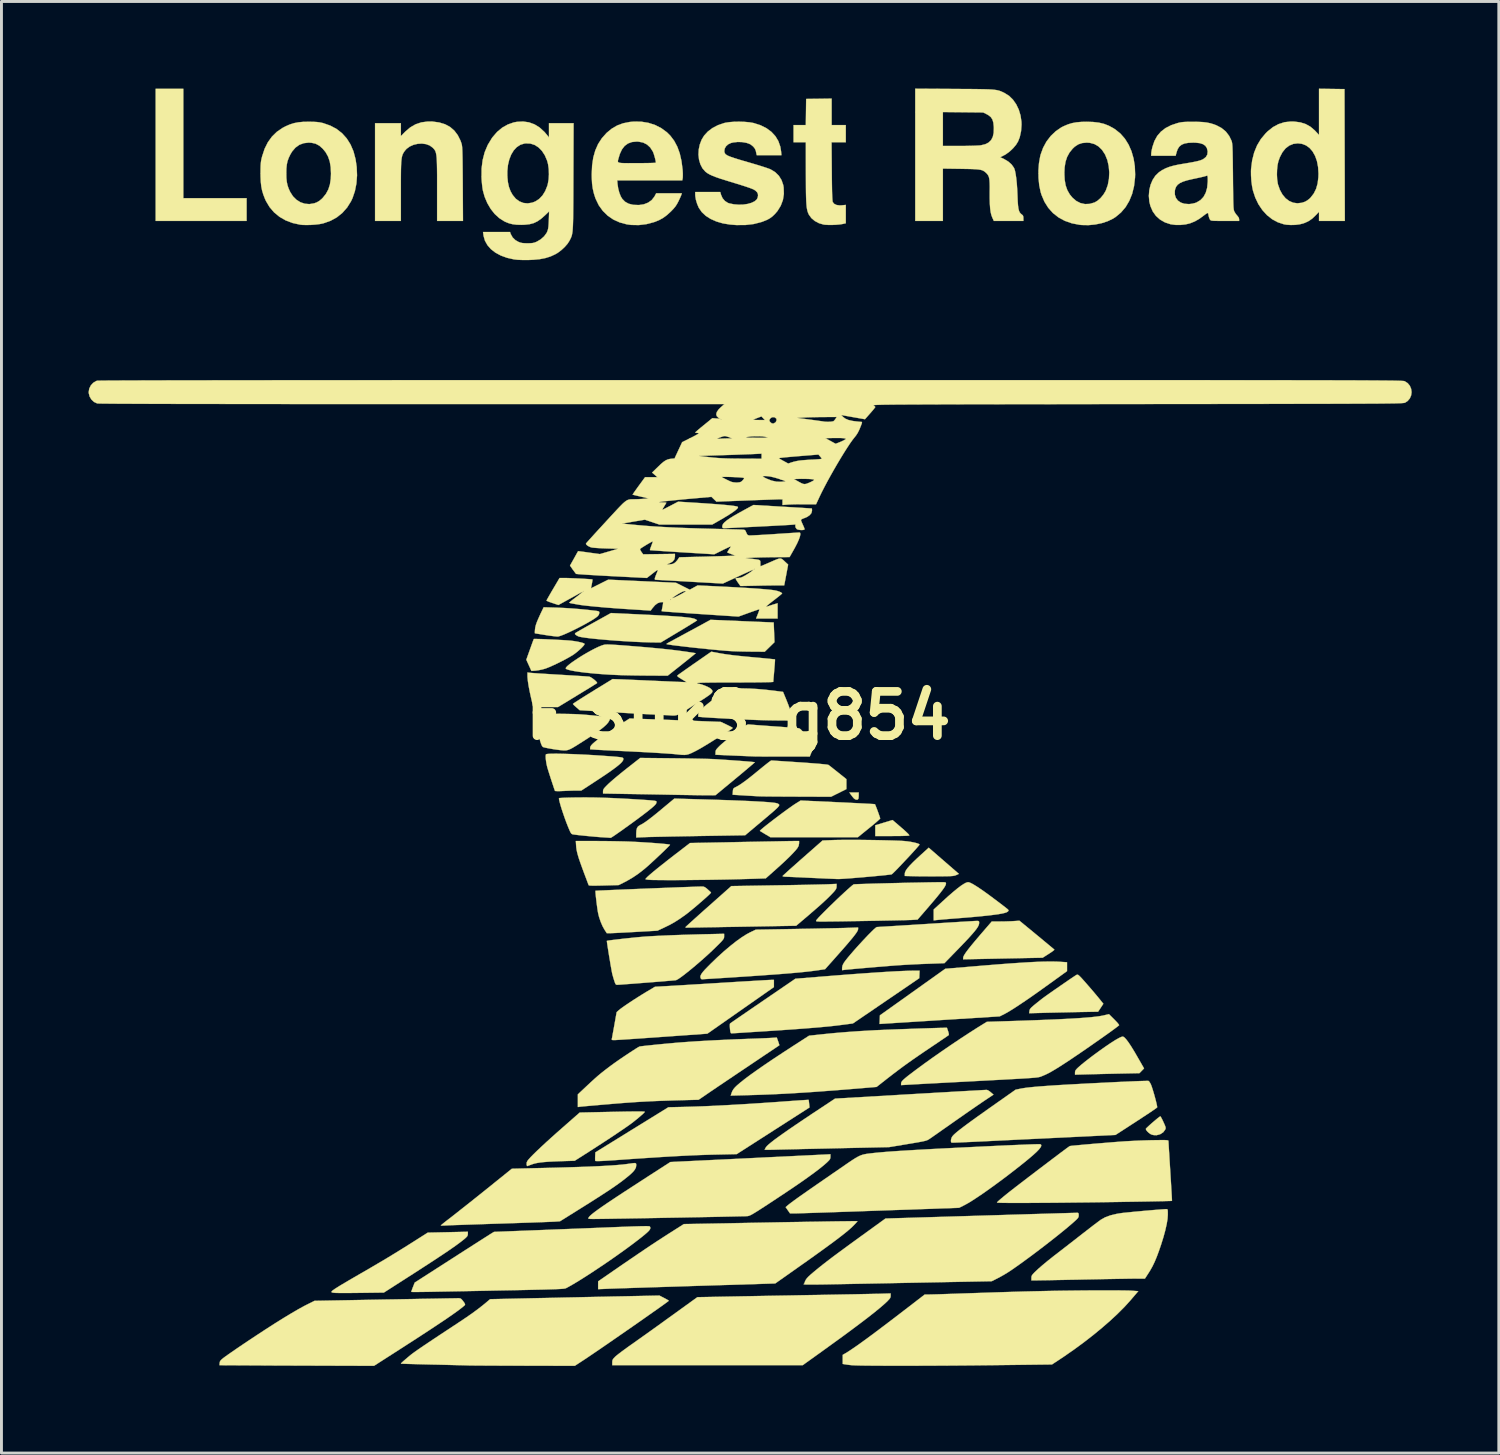
<source format=kicad_pcb>
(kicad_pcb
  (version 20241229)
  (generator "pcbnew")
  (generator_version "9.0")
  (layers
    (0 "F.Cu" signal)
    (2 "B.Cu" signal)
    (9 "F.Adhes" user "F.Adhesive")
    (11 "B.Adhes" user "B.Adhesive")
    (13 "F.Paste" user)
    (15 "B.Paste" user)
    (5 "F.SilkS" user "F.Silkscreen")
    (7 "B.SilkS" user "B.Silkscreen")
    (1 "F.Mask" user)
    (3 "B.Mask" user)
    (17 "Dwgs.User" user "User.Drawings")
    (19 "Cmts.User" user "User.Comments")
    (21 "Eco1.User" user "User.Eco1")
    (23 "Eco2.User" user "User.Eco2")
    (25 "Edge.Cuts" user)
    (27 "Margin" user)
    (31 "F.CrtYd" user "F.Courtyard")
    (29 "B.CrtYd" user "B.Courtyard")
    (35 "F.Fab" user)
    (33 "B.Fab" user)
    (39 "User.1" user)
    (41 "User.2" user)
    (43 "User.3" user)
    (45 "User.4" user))
  (footprint "F.SilkS_g854"
    (layer "F.Cu")
    (at 22.377 21.598)
    (property "Reference" "F.SilkS_g854" (at 0 0 0) (layer "F.SilkS") (effects (font (size 1.524 1.524) (thickness 0.3))))
    (attr through_hole)
    (fp_poly (pts (xy -19.113 -17.822) (xy -16.933 -17.822) (xy -16.933 -17.039) (xy -20.066 -17.039) (xy -20.066 -21.59) (xy -19.113 -21.59) (xy -19.113 -17.822)) (stroke (width 0.01) (type solid)) (fill yes) (layer "F.SilkS"))
    (fp_poly (pts (xy 4.149 2.739) (xy 4.146 2.805) (xy 4.139 2.856) (xy 4.136 2.866) (xy 4.106 2.895) (xy 4.059 2.895) (xy 4.005 2.868) (xy 3.976 2.842) (xy 3.926 2.782) (xy 3.878 2.718) (xy 3.875 2.715) (xy 3.828 2.646) (xy 4.149 2.646) (xy 4.149 2.739)) (stroke (width 0.01) (type solid)) (fill yes) (layer "F.SilkS"))
    (fp_poly (pts (xy 5.617 3.856) (xy 5.728 3.953) (xy 5.808 4.027) (xy 5.86 4.079) (xy 5.886 4.112) (xy 5.889 4.129) (xy 5.886 4.131) (xy 5.856 4.135) (xy 5.791 4.139) (xy 5.694 4.142) (xy 5.574 4.145) (xy 5.434 4.146) (xy 5.286 4.147) (xy 4.72 4.149) (xy 4.72 3.776) (xy 5.017 3.686) (xy 5.315 3.596) (xy 5.617 3.856)) (stroke (width 0.01) (type solid)) (fill yes) (layer "F.SilkS"))
    (fp_poly (pts (xy 7.08 5) (xy 7.599 5.45) (xy 7.509 5.491) (xy 7.476 5.504) (xy 7.438 5.514) (xy 7.389 5.522) (xy 7.323 5.527) (xy 7.235 5.531) (xy 7.118 5.533) (xy 6.966 5.535) (xy 6.921 5.535) (xy 6.753 5.536) (xy 6.575 5.536) (xy 6.398 5.535) (xy 6.236 5.534) (xy 6.101 5.532) (xy 6.08 5.531) (xy 5.736 5.523) (xy 5.736 5.444) (xy 5.746 5.391) (xy 5.777 5.327) (xy 5.831 5.251) (xy 5.912 5.159) (xy 6.02 5.048) (xy 6.158 4.916) (xy 6.262 4.82) (xy 6.56 4.549) (xy 7.08 5)) (stroke (width 0.01) (type solid)) (fill yes) (layer "F.SilkS"))
    (fp_poly (pts (xy 14.553 13.819) (xy 14.581 13.868) (xy 14.617 13.939) (xy 14.645 14) (xy 14.686 14.09) (xy 14.71 14.151) (xy 14.72 14.192) (xy 14.719 14.223) (xy 14.708 14.251) (xy 14.704 14.259) (xy 14.639 14.348) (xy 14.548 14.409) (xy 14.506 14.426) (xy 14.41 14.45) (xy 14.317 14.448) (xy 14.245 14.433) (xy 14.193 14.408) (xy 14.136 14.366) (xy 14.084 14.316) (xy 14.048 14.268) (xy 14.038 14.232) (xy 14.055 14.21) (xy 14.099 14.168) (xy 14.16 14.111) (xy 14.234 14.045) (xy 14.312 13.978) (xy 14.389 13.913) (xy 14.456 13.858) (xy 14.507 13.819) (xy 14.535 13.801) (xy 14.537 13.801) (xy 14.553 13.819)) (stroke (width 0.01) (type solid)) (fill yes) (layer "F.SilkS"))
    (fp_poly (pts (xy 10.282 7.555) (xy 10.418 7.667) (xy 10.544 7.772) (xy 10.656 7.865) (xy 10.75 7.943) (xy 10.823 8.004) (xy 10.87 8.044) (xy 10.888 8.061) (xy 10.888 8.061) (xy 10.875 8.077) (xy 10.833 8.111) (xy 10.768 8.157) (xy 10.691 8.207) (xy 10.485 8.338) (xy 9.116 8.365) (xy 7.747 8.393) (xy 7.747 8.335) (xy 7.758 8.295) (xy 7.79 8.234) (xy 7.846 8.15) (xy 7.926 8.043) (xy 8.032 7.91) (xy 8.164 7.751) (xy 8.324 7.563) (xy 8.382 7.495) (xy 8.731 7.091) (xy 9.006 7.091) (xy 9.135 7.09) (xy 9.271 7.086) (xy 9.398 7.082) (xy 9.483 7.077) (xy 9.685 7.064) (xy 10.282 7.555)) (stroke (width 0.01) (type solid)) (fill yes) (layer "F.SilkS"))
    (fp_poly (pts (xy 13.256 11.056) (xy 13.302 11.085) (xy 13.365 11.153) (xy 13.444 11.258) (xy 13.539 11.402) (xy 13.65 11.583) (xy 13.749 11.754) (xy 13.977 12.151) (xy 13.897 12.233) (xy 13.818 12.314) (xy 13.19 12.327) (xy 12.999 12.331) (xy 12.791 12.336) (xy 12.581 12.341) (xy 12.379 12.346) (xy 12.198 12.35) (xy 12.081 12.353) (xy 11.599 12.366) (xy 11.599 12.292) (xy 11.604 12.248) (xy 11.622 12.209) (xy 11.662 12.163) (xy 11.719 12.108) (xy 11.826 12.015) (xy 11.962 11.905) (xy 12.118 11.784) (xy 12.287 11.657) (xy 12.462 11.53) (xy 12.634 11.408) (xy 12.797 11.297) (xy 12.942 11.203) (xy 13.008 11.163) (xy 13.111 11.105) (xy 13.184 11.07) (xy 13.234 11.055) (xy 13.256 11.056)) (stroke (width 0.01) (type solid)) (fill yes) (layer "F.SilkS"))
    (fp_poly (pts (xy -7.16 -1.474) (xy -7.118 -1.47) (xy -7.038 -1.464) (xy -6.926 -1.456) (xy -6.787 -1.447) (xy -6.624 -1.437) (xy -6.445 -1.426) (xy -6.252 -1.414) (xy -6.128 -1.407) (xy -5.931 -1.395) (xy -5.746 -1.384) (xy -5.576 -1.373) (xy -5.427 -1.364) (xy -5.303 -1.356) (xy -5.21 -1.349) (xy -5.15 -1.345) (xy -5.133 -1.343) (xy -5.09 -1.327) (xy -5.035 -1.293) (xy -4.975 -1.25) (xy -4.92 -1.203) (xy -4.879 -1.161) (xy -4.86 -1.13) (xy -4.862 -1.121) (xy -4.883 -1.106) (xy -4.937 -1.073) (xy -5.018 -1.022) (xy -5.123 -0.957) (xy -5.248 -0.88) (xy -5.389 -0.795) (xy -5.541 -0.702) (xy -5.544 -0.7) (xy -6.209 -0.296) (xy -7.062 -0.296) (xy -7.13 -0.587) (xy -7.181 -0.819) (xy -7.22 -1.022) (xy -7.246 -1.193) (xy -7.259 -1.329) (xy -7.26 -1.373) (xy -7.26 -1.486) (xy -7.16 -1.474)) (stroke (width 0.01) (type solid)) (fill yes) (layer "F.SilkS"))
    (fp_poly (pts (xy 0.134 -3.254) (xy 1.221 -3.209) (xy 1.235 -2.869) (xy 1.248 -2.529) (xy 1.08 -2.365) (xy 0.912 -2.201) (xy 0.45 -2.204) (xy 0.294 -2.206) (xy 0.132 -2.209) (xy -0.024 -2.213) (xy -0.162 -2.218) (xy -0.269 -2.224) (xy -0.275 -2.224) (xy -0.395 -2.232) (xy -0.539 -2.244) (xy -0.703 -2.259) (xy -0.881 -2.275) (xy -1.069 -2.294) (xy -1.263 -2.314) (xy -1.457 -2.334) (xy -1.647 -2.355) (xy -1.829 -2.376) (xy -1.997 -2.396) (xy -2.147 -2.414) (xy -2.274 -2.43) (xy -2.373 -2.445) (xy -2.441 -2.456) (xy -2.471 -2.464) (xy -2.472 -2.465) (xy -2.461 -2.479) (xy -2.424 -2.502) (xy -2.417 -2.506) (xy -2.385 -2.523) (xy -2.32 -2.558) (xy -2.226 -2.609) (xy -2.11 -2.672) (xy -1.974 -2.746) (xy -1.824 -2.827) (xy -1.664 -2.914) (xy -1.654 -2.919) (xy -0.954 -3.3) (xy 0.134 -3.254)) (stroke (width 0.01) (type solid)) (fill yes) (layer "F.SilkS"))
    (fp_poly (pts (xy 7.975 5.75) (xy 8.058 5.79) (xy 8.171 5.857) (xy 8.311 5.948) (xy 8.478 6.063) (xy 8.669 6.202) (xy 8.792 6.294) (xy 8.914 6.385) (xy 9.027 6.471) (xy 9.125 6.546) (xy 9.203 6.606) (xy 9.257 6.649) (xy 9.281 6.669) (xy 9.309 6.7) (xy 9.307 6.723) (xy 9.281 6.751) (xy 9.244 6.773) (xy 9.178 6.795) (xy 9.082 6.817) (xy 8.952 6.84) (xy 8.789 6.862) (xy 8.591 6.886) (xy 8.356 6.91) (xy 8.082 6.936) (xy 7.769 6.962) (xy 7.493 6.984) (xy 7.337 6.996) (xy 7.191 7.008) (xy 7.059 7.019) (xy 6.951 7.029) (xy 6.871 7.036) (xy 6.832 7.04) (xy 6.731 7.052) (xy 6.731 6.865) (xy 6.731 6.678) (xy 7.031 6.403) (xy 7.228 6.224) (xy 7.399 6.076) (xy 7.544 5.956) (xy 7.666 5.863) (xy 7.766 5.797) (xy 7.845 5.755) (xy 7.907 5.737) (xy 7.922 5.736) (xy 7.975 5.75)) (stroke (width 0.01) (type solid)) (fill yes) (layer "F.SilkS"))
    (fp_poly (pts (xy 10.843 8.47) (xy 10.98 8.473) (xy 11.106 8.48) (xy 11.118 8.481) (xy 11.324 8.494) (xy 11.324 8.799) (xy 10.727 9.23) (xy 10.451 9.428) (xy 10.195 9.61) (xy 9.959 9.774) (xy 9.746 9.918) (xy 9.559 10.042) (xy 9.399 10.143) (xy 9.268 10.222) (xy 9.182 10.269) (xy 9.006 10.358) (xy 7.08 10.479) (xy 6.795 10.497) (xy 6.52 10.515) (xy 6.257 10.531) (xy 6.01 10.547) (xy 5.783 10.561) (xy 5.579 10.574) (xy 5.4 10.585) (xy 5.251 10.595) (xy 5.134 10.602) (xy 5.053 10.608) (xy 5.01 10.61) (xy 5.01 10.61) (xy 4.867 10.62) (xy 4.873 10.471) (xy 4.879 10.323) (xy 6.005 9.521) (xy 7.13 8.719) (xy 8.248 8.625) (xy 8.65 8.592) (xy 9.013 8.563) (xy 9.34 8.538) (xy 9.632 8.518) (xy 9.895 8.501) (xy 10.129 8.488) (xy 10.338 8.478) (xy 10.525 8.472) (xy 10.692 8.47) (xy 10.843 8.47)) (stroke (width 0.01) (type solid)) (fill yes) (layer "F.SilkS"))
    (fp_poly (pts (xy -6.246 -3.719) (xy -5.998 -3.708) (xy -5.724 -3.691) (xy -5.439 -3.668) (xy -5.157 -3.64) (xy -4.895 -3.609) (xy -4.884 -3.608) (xy -4.823 -3.597) (xy -4.794 -3.582) (xy -4.784 -3.555) (xy -4.784 -3.537) (xy -4.802 -3.475) (xy -4.842 -3.424) (xy -4.905 -3.374) (xy -4.999 -3.311) (xy -5.12 -3.239) (xy -5.259 -3.16) (xy -5.41 -3.079) (xy -5.567 -2.998) (xy -5.722 -2.922) (xy -5.869 -2.853) (xy -6.001 -2.795) (xy -6.112 -2.752) (xy -6.194 -2.727) (xy -6.202 -2.725) (xy -6.239 -2.725) (xy -6.311 -2.731) (xy -6.408 -2.743) (xy -6.523 -2.758) (xy -6.625 -2.774) (xy -6.745 -2.793) (xy -6.85 -2.81) (xy -6.932 -2.823) (xy -6.986 -2.832) (xy -7.004 -2.835) (xy -7.006 -2.855) (xy -7.005 -2.906) (xy -7 -2.969) (xy -6.99 -3.044) (xy -6.969 -3.127) (xy -6.935 -3.224) (xy -6.885 -3.342) (xy -6.819 -3.488) (xy -6.783 -3.564) (xy -6.702 -3.732) (xy -6.246 -3.719)) (stroke (width 0.01) (type solid)) (fill yes) (layer "F.SilkS"))
    (fp_poly (pts (xy -6.958 -2.641) (xy -6.869 -2.639) (xy -6.757 -2.636) (xy -6.628 -2.631) (xy -6.488 -2.624) (xy -6.344 -2.618) (xy -6.201 -2.61) (xy -6.067 -2.603) (xy -5.947 -2.596) (xy -5.848 -2.589) (xy -5.775 -2.583) (xy -5.768 -2.582) (xy -5.644 -2.566) (xy -5.528 -2.546) (xy -5.428 -2.525) (xy -5.351 -2.503) (xy -5.304 -2.483) (xy -5.292 -2.469) (xy -5.307 -2.435) (xy -5.35 -2.383) (xy -5.413 -2.318) (xy -5.49 -2.248) (xy -5.572 -2.179) (xy -5.654 -2.117) (xy -5.688 -2.093) (xy -5.794 -2.029) (xy -5.926 -1.955) (xy -6.073 -1.878) (xy -6.227 -1.801) (xy -6.377 -1.731) (xy -6.512 -1.671) (xy -6.624 -1.627) (xy -6.646 -1.619) (xy -6.751 -1.59) (xy -6.866 -1.566) (xy -6.966 -1.552) (xy -6.969 -1.551) (xy -7.124 -1.54) (xy -7.3 -1.926) (xy -7.174 -2.279) (xy -7.133 -2.393) (xy -7.097 -2.493) (xy -7.068 -2.572) (xy -7.048 -2.623) (xy -7.04 -2.64) (xy -7.017 -2.642) (xy -6.958 -2.641)) (stroke (width 0.01) (type solid)) (fill yes) (layer "F.SilkS"))
    (fp_poly (pts (xy 0.39 -0.932) (xy 0.657 -0.917) (xy 0.939 -0.892) (xy 1.249 -0.856) (xy 1.264 -0.854) (xy 1.543 -0.818) (xy 1.649 -0.563) (xy 1.725 -0.371) (xy 1.785 -0.206) (xy 1.829 -0.07) (xy 1.855 0.034) (xy 1.863 0.098) (xy 1.863 0.169) (xy 1.402 0.166) (xy 1.23 0.164) (xy 1.039 0.161) (xy 0.844 0.156) (xy 0.662 0.151) (xy 0.529 0.146) (xy 0.381 0.14) (xy 0.212 0.132) (xy 0.029 0.124) (xy -0.163 0.114) (xy -0.357 0.104) (xy -0.547 0.094) (xy -0.727 0.084) (xy -0.891 0.075) (xy -1.033 0.066) (xy -1.146 0.059) (xy -1.226 0.053) (xy -1.244 0.051) (xy -1.376 0.039) (xy -1.376 -0.038) (xy -1.372 -0.078) (xy -1.357 -0.116) (xy -1.325 -0.16) (xy -1.27 -0.218) (xy -1.233 -0.254) (xy -1.171 -0.31) (xy -1.082 -0.384) (xy -0.975 -0.469) (xy -0.857 -0.56) (xy -0.736 -0.65) (xy -0.72 -0.662) (xy -0.349 -0.931) (xy -0.148 -0.935) (xy 0.126 -0.938) (xy 0.39 -0.932)) (stroke (width 0.01) (type solid)) (fill yes) (layer "F.SilkS"))
    (fp_poly (pts (xy 11.711 8.931) (xy 11.75 8.964) (xy 11.806 9.02) (xy 11.873 9.094) (xy 11.96 9.192) (xy 12.06 9.307) (xy 12.167 9.43) (xy 12.272 9.554) (xy 12.369 9.67) (xy 12.451 9.77) (xy 12.453 9.772) (xy 12.575 9.924) (xy 12.485 10.061) (xy 12.394 10.197) (xy 11.695 10.21) (xy 11.497 10.214) (xy 11.286 10.219) (xy 11.073 10.223) (xy 10.868 10.228) (xy 10.682 10.232) (xy 10.526 10.236) (xy 10.508 10.237) (xy 10.02 10.25) (xy 10.029 10.173) (xy 10.037 10.133) (xy 10.058 10.095) (xy 10.096 10.052) (xy 10.16 9.996) (xy 10.199 9.963) (xy 10.288 9.891) (xy 10.382 9.816) (xy 10.465 9.751) (xy 10.488 9.733) (xy 10.546 9.691) (xy 10.629 9.631) (xy 10.731 9.559) (xy 10.846 9.478) (xy 10.971 9.392) (xy 11.099 9.303) (xy 11.225 9.216) (xy 11.344 9.134) (xy 11.451 9.061) (xy 11.541 9.001) (xy 11.608 8.956) (xy 11.648 8.931) (xy 11.654 8.928) (xy 11.682 8.921) (xy 11.711 8.931)) (stroke (width 0.01) (type solid)) (fill yes) (layer "F.SilkS"))
    (fp_poly (pts (xy 3.387 5.879) (xy 3.382 5.934) (xy 3.361 5.982) (xy 3.32 6.038) (xy 3.293 6.069) (xy 3.196 6.172) (xy 3.083 6.285) (xy 2.95 6.41) (xy 2.793 6.553) (xy 2.608 6.714) (xy 2.432 6.866) (xy 1.995 7.237) (xy 0.114 7.27) (xy -0.165 7.275) (xy -0.432 7.279) (xy -0.684 7.284) (xy -0.918 7.288) (xy -1.131 7.291) (xy -1.32 7.295) (xy -1.482 7.297) (xy -1.614 7.3) (xy -1.712 7.301) (xy -1.773 7.302) (xy -1.796 7.303) (xy -1.817 7.292) (xy -1.817 7.285) (xy -1.8 7.267) (xy -1.755 7.225) (xy -1.684 7.16) (xy -1.59 7.075) (xy -1.477 6.973) (xy -1.348 6.857) (xy -1.205 6.729) (xy -1.051 6.593) (xy -1.024 6.569) (xy -0.239 5.871) (xy 1.314 5.845) (xy 1.575 5.841) (xy 1.829 5.837) (xy 2.072 5.832) (xy 2.301 5.828) (xy 2.511 5.823) (xy 2.698 5.819) (xy 2.858 5.815) (xy 2.987 5.812) (xy 3.082 5.809) (xy 3.127 5.807) (xy 3.387 5.795) (xy 3.387 5.879)) (stroke (width 0.01) (type solid)) (fill yes) (layer "F.SilkS"))
    (fp_poly (pts (xy 2.424 13.234) (xy 2.428 13.257) (xy 2.435 13.309) (xy 2.441 13.367) (xy 2.454 13.495) (xy 1.2 14.299) (xy -0.053 15.102) (xy -0.717 15.117) (xy -0.94 15.122) (xy -1.164 15.129) (xy -1.392 15.137) (xy -1.629 15.147) (xy -1.879 15.159) (xy -2.144 15.173) (xy -2.429 15.189) (xy -2.738 15.208) (xy -3.075 15.23) (xy -3.442 15.254) (xy -3.845 15.282) (xy -4.252 15.311) (xy -4.452 15.324) (xy -4.613 15.334) (xy -4.737 15.34) (xy -4.828 15.343) (xy -4.887 15.342) (xy -4.919 15.338) (xy -4.925 15.334) (xy -4.929 15.301) (xy -4.93 15.24) (xy -4.928 15.176) (xy -4.921 15.042) (xy -3.664 14.265) (xy -2.407 13.489) (xy -1.812 13.475) (xy -1.501 13.466) (xy -1.17 13.454) (xy -0.816 13.438) (xy -0.438 13.419) (xy -0.031 13.396) (xy 0.407 13.37) (xy 0.878 13.339) (xy 1.386 13.304) (xy 1.85 13.27) (xy 2.001 13.26) (xy 2.136 13.25) (xy 2.252 13.243) (xy 2.342 13.237) (xy 2.401 13.234) (xy 2.424 13.234) (xy 2.424 13.234)) (stroke (width 0.01) (type solid)) (fill yes) (layer "F.SilkS"))
    (fp_poly (pts (xy 3.424 2.983) (xy 3.652 2.993) (xy 3.868 3.004) (xy 4.067 3.014) (xy 4.245 3.023) (xy 4.4 3.031) (xy 4.528 3.038) (xy 4.624 3.043) (xy 4.685 3.048) (xy 4.708 3.05) (xy 4.708 3.05) (xy 4.72 3.074) (xy 4.742 3.129) (xy 4.771 3.203) (xy 4.803 3.289) (xy 4.834 3.375) (xy 4.861 3.453) (xy 4.881 3.512) (xy 4.889 3.542) (xy 4.889 3.543) (xy 4.873 3.562) (xy 4.828 3.604) (xy 4.76 3.664) (xy 4.672 3.739) (xy 4.569 3.824) (xy 4.502 3.878) (xy 4.117 4.19) (xy 2.614 4.19) (xy 1.111 4.19) (xy 0.931 4.083) (xy 0.855 4.037) (xy 0.793 3.999) (xy 0.754 3.975) (xy 0.745 3.969) (xy 0.757 3.953) (xy 0.798 3.915) (xy 0.865 3.858) (xy 0.953 3.787) (xy 1.058 3.705) (xy 1.175 3.614) (xy 1.3 3.519) (xy 1.429 3.422) (xy 1.557 3.327) (xy 1.68 3.237) (xy 1.794 3.156) (xy 1.893 3.086) (xy 1.975 3.032) (xy 1.998 3.018) (xy 2.148 2.924) (xy 3.424 2.983)) (stroke (width 0.01) (type solid)) (fill yes) (layer "F.SilkS"))
    (fp_poly (pts (xy -9.313 17.851) (xy -9.318 17.895) (xy -9.337 17.934) (xy -9.378 17.978) (xy -9.424 18.019) (xy -9.502 18.082) (xy -9.594 18.153) (xy -9.703 18.233) (xy -9.83 18.323) (xy -9.979 18.426) (xy -10.152 18.543) (xy -10.35 18.674) (xy -10.575 18.822) (xy -10.831 18.988) (xy -11.118 19.174) (xy -11.38 19.342) (xy -12.206 19.871) (xy -12.977 19.881) (xy -13.16 19.883) (xy -13.335 19.885) (xy -13.496 19.886) (xy -13.637 19.886) (xy -13.752 19.885) (xy -13.837 19.884) (xy -13.88 19.882) (xy -13.948 19.876) (xy -13.993 19.867) (xy -14.011 19.852) (xy -14.002 19.828) (xy -13.963 19.793) (xy -13.893 19.744) (xy -13.789 19.678) (xy -13.705 19.626) (xy -13.643 19.589) (xy -13.55 19.534) (xy -13.434 19.465) (xy -13.3 19.387) (xy -13.155 19.303) (xy -13.006 19.216) (xy -12.975 19.199) (xy -12.653 19.012) (xy -12.359 18.839) (xy -12.083 18.675) (xy -11.815 18.512) (xy -11.546 18.346) (xy -11.266 18.17) (xy -11.184 18.118) (xy -10.694 17.807) (xy -10.004 17.792) (xy -9.313 17.776) (xy -9.313 17.851)) (stroke (width 0.01) (type solid)) (fill yes) (layer "F.SilkS"))
    (fp_poly (pts (xy -1.105 2.889) (xy -0.671 2.902) (xy -0.279 2.915) (xy 0.071 2.929) (xy 0.379 2.942) (xy 0.645 2.956) (xy 0.869 2.969) (xy 1.051 2.982) (xy 1.191 2.996) (xy 1.289 3.009) (xy 1.346 3.023) (xy 1.354 3.026) (xy 1.382 3.042) (xy 1.402 3.057) (xy 1.411 3.075) (xy 1.407 3.097) (xy 1.388 3.128) (xy 1.351 3.17) (xy 1.293 3.225) (xy 1.213 3.297) (xy 1.107 3.388) (xy 0.973 3.502) (xy 0.84 3.614) (xy 0.238 4.12) (xy -1.304 4.145) (xy -1.567 4.15) (xy -1.824 4.154) (xy -2.073 4.159) (xy -2.308 4.163) (xy -2.525 4.168) (xy -2.721 4.172) (xy -2.89 4.176) (xy -3.029 4.179) (xy -3.132 4.182) (xy -3.18 4.184) (xy -3.514 4.197) (xy -3.514 4.07) (xy -3.508 3.956) (xy -3.488 3.874) (xy -3.451 3.817) (xy -3.392 3.777) (xy -3.379 3.77) (xy -3.314 3.736) (xy -3.235 3.687) (xy -3.139 3.62) (xy -3.023 3.533) (xy -2.884 3.423) (xy -2.719 3.289) (xy -2.598 3.188) (xy -2.2 2.857) (xy -1.105 2.889)) (stroke (width 0.01) (type solid)) (fill yes) (layer "F.SilkS"))
    (fp_poly (pts (xy 3.217 -20.341) (xy 3.704 -20.341) (xy 3.704 -19.748) (xy 3.214 -19.748) (xy 3.222 -18.748) (xy 3.224 -18.49) (xy 3.227 -18.271) (xy 3.23 -18.091) (xy 3.234 -17.946) (xy 3.239 -17.835) (xy 3.244 -17.757) (xy 3.25 -17.707) (xy 3.255 -17.689) (xy 3.304 -17.627) (xy 3.386 -17.588) (xy 3.496 -17.573) (xy 3.572 -17.577) (xy 3.704 -17.591) (xy 3.704 -16.958) (xy 3.593 -16.933) (xy 3.495 -16.918) (xy 3.372 -16.907) (xy 3.238 -16.901) (xy 3.108 -16.901) (xy 2.997 -16.907) (xy 2.945 -16.913) (xy 2.781 -16.96) (xy 2.637 -17.036) (xy 2.519 -17.136) (xy 2.432 -17.257) (xy 2.415 -17.294) (xy 2.396 -17.341) (xy 2.381 -17.392) (xy 2.368 -17.452) (xy 2.357 -17.524) (xy 2.349 -17.611) (xy 2.342 -17.718) (xy 2.337 -17.848) (xy 2.333 -18.004) (xy 2.331 -18.191) (xy 2.33 -18.412) (xy 2.329 -18.672) (xy 2.329 -18.727) (xy 2.328 -19.748) (xy 1.905 -19.748) (xy 1.905 -20.341) (xy 2.327 -20.341) (xy 2.333 -20.791) (xy 2.339 -21.241) (xy 2.778 -21.246) (xy 3.217 -21.252) (xy 3.217 -20.341)) (stroke (width 0.01) (type solid)) (fill yes) (layer "F.SilkS"))
    (fp_poly (pts (xy 2.095 4.318) (xy 2.095 4.399) (xy 2.079 4.487) (xy 2.034 4.567) (xy 1.969 4.646) (xy 1.874 4.749) (xy 1.752 4.873) (xy 1.606 5.013) (xy 1.439 5.167) (xy 1.283 5.307) (xy 0.947 5.605) (xy 0.564 5.618) (xy 0.322 5.625) (xy 0.062 5.632) (xy -0.214 5.639) (xy -0.501 5.645) (xy -0.794 5.65) (xy -1.088 5.655) (xy -1.379 5.658) (xy -1.663 5.661) (xy -1.935 5.664) (xy -2.19 5.665) (xy -2.424 5.665) (xy -2.633 5.664) (xy -2.811 5.662) (xy -2.955 5.66) (xy -3.032 5.657) (xy -3.109 5.651) (xy -3.167 5.643) (xy -3.195 5.634) (xy -3.196 5.632) (xy -3.179 5.605) (xy -3.129 5.554) (xy -3.047 5.48) (xy -2.933 5.383) (xy -2.789 5.265) (xy -2.616 5.127) (xy -2.415 4.968) (xy -2.187 4.791) (xy -2.116 4.737) (xy -1.661 4.387) (xy 0.127 4.352) (xy 0.401 4.347) (xy 0.664 4.342) (xy 0.913 4.337) (xy 1.145 4.333) (xy 1.356 4.329) (xy 1.543 4.325) (xy 1.704 4.322) (xy 1.833 4.32) (xy 1.93 4.319) (xy 1.989 4.318) (xy 2.006 4.318) (xy 2.095 4.318)) (stroke (width 0.01) (type solid)) (fill yes) (layer "F.SilkS"))
    (fp_poly (pts (xy -6.327 -0.063) (xy -6.152 -0.062) (xy -5.977 -0.06) (xy -5.809 -0.057) (xy -5.658 -0.053) (xy -5.532 -0.048) (xy -5.44 -0.043) (xy -5.295 -0.032) (xy -5.144 -0.019) (xy -4.992 -0.005) (xy -4.846 0.01) (xy -4.712 0.024) (xy -4.596 0.038) (xy -4.505 0.05) (xy -4.444 0.059) (xy -4.421 0.065) (xy -4.412 0.088) (xy -4.426 0.136) (xy -4.447 0.183) (xy -4.485 0.243) (xy -4.544 0.31) (xy -4.626 0.385) (xy -4.734 0.472) (xy -4.871 0.572) (xy -5.039 0.687) (xy -5.24 0.818) (xy -5.353 0.89) (xy -5.501 0.984) (xy -5.619 1.057) (xy -5.712 1.113) (xy -5.788 1.152) (xy -5.852 1.178) (xy -5.909 1.193) (xy -5.966 1.198) (xy -6.028 1.196) (xy -6.102 1.19) (xy -6.144 1.186) (xy -6.239 1.174) (xy -6.346 1.159) (xy -6.456 1.14) (xy -6.56 1.121) (xy -6.647 1.103) (xy -6.708 1.087) (xy -6.729 1.079) (xy -6.758 1.045) (xy -6.789 0.976) (xy -6.821 0.879) (xy -6.852 0.761) (xy -6.881 0.629) (xy -6.905 0.49) (xy -6.924 0.351) (xy -6.935 0.219) (xy -6.936 0.206) (xy -6.949 -0.064) (xy -6.327 -0.063)) (stroke (width 0.01) (type solid)) (fill yes) (layer "F.SilkS"))
    (fp_poly (pts (xy -3.51 -3.492) (xy -3.158 -3.475) (xy -2.847 -3.46) (xy -2.574 -3.445) (xy -2.337 -3.43) (xy -2.133 -3.416) (xy -1.961 -3.403) (xy -1.819 -3.389) (xy -1.703 -3.376) (xy -1.613 -3.362) (xy -1.545 -3.347) (xy -1.499 -3.332) (xy -1.49 -3.329) (xy -1.444 -3.304) (xy -1.419 -3.285) (xy -1.418 -3.282) (xy -1.436 -3.269) (xy -1.485 -3.236) (xy -1.563 -3.188) (xy -1.665 -3.125) (xy -1.786 -3.05) (xy -1.923 -2.967) (xy -2.044 -2.895) (xy -2.67 -2.519) (xy -2.939 -2.522) (xy -3.062 -2.524) (xy -3.21 -2.529) (xy -3.367 -2.534) (xy -3.515 -2.541) (xy -3.545 -2.542) (xy -3.79 -2.556) (xy -4.033 -2.571) (xy -4.272 -2.588) (xy -4.503 -2.606) (xy -4.72 -2.625) (xy -4.92 -2.644) (xy -5.098 -2.663) (xy -5.25 -2.682) (xy -5.372 -2.7) (xy -5.46 -2.716) (xy -5.506 -2.729) (xy -5.564 -2.76) (xy -5.598 -2.783) (xy -5.625 -2.811) (xy -5.619 -2.833) (xy -5.608 -2.844) (xy -5.583 -2.861) (xy -5.525 -2.895) (xy -5.439 -2.945) (xy -5.33 -3.007) (xy -5.203 -3.079) (xy -5.062 -3.157) (xy -4.981 -3.202) (xy -4.384 -3.533) (xy -3.51 -3.492)) (stroke (width 0.01) (type solid)) (fill yes) (layer "F.SilkS"))
    (fp_poly (pts (xy -3.339 13.634) (xy -3.279 13.636) (xy -3.24 13.639) (xy -3.222 13.644) (xy -3.219 13.647) (xy -3.235 13.67) (xy -3.279 13.713) (xy -3.344 13.771) (xy -3.424 13.84) (xy -3.511 13.912) (xy -3.601 13.984) (xy -3.687 14.05) (xy -3.728 14.08) (xy -3.853 14.168) (xy -4.008 14.274) (xy -4.188 14.396) (xy -4.387 14.529) (xy -4.602 14.67) (xy -4.825 14.815) (xy -5.051 14.961) (xy -5.139 15.017) (xy -5.632 15.331) (xy -6.144 15.347) (xy -6.364 15.356) (xy -6.547 15.365) (xy -6.699 15.377) (xy -6.825 15.391) (xy -6.931 15.408) (xy -7.023 15.429) (xy -7.106 15.455) (xy -7.129 15.464) (xy -7.198 15.489) (xy -7.249 15.508) (xy -7.271 15.515) (xy -7.271 15.515) (xy -7.28 15.497) (xy -7.29 15.461) (xy -7.287 15.392) (xy -7.261 15.337) (xy -7.222 15.286) (xy -7.153 15.21) (xy -7.056 15.111) (xy -6.934 14.992) (xy -6.789 14.855) (xy -6.623 14.701) (xy -6.44 14.535) (xy -6.24 14.356) (xy -6.058 14.196) (xy -5.46 13.671) (xy -4.587 13.652) (xy -4.302 13.646) (xy -4.057 13.641) (xy -3.849 13.637) (xy -3.676 13.635) (xy -3.535 13.633) (xy -3.423 13.633) (xy -3.339 13.634)) (stroke (width 0.01) (type solid)) (fill yes) (layer "F.SilkS"))
    (fp_poly (pts (xy -0.603 0.215) (xy -0.397 0.312) (xy -0.313 0.353) (xy -0.245 0.388) (xy -0.202 0.414) (xy -0.191 0.424) (xy -0.207 0.442) (xy -0.249 0.474) (xy -0.291 0.502) (xy -0.515 0.643) (xy -0.707 0.763) (xy -0.87 0.865) (xy -1.008 0.951) (xy -1.124 1.022) (xy -1.221 1.08) (xy -1.304 1.129) (xy -1.376 1.169) (xy -1.439 1.203) (xy -1.498 1.234) (xy -1.509 1.239) (xy -1.611 1.289) (xy -1.695 1.324) (xy -1.769 1.344) (xy -1.847 1.353) (xy -1.939 1.351) (xy -2.055 1.34) (xy -2.127 1.332) (xy -2.21 1.323) (xy -2.33 1.314) (xy -2.483 1.303) (xy -2.666 1.291) (xy -2.873 1.278) (xy -3.099 1.265) (xy -3.341 1.252) (xy -3.595 1.239) (xy -3.854 1.226) (xy -4.022 1.218) (xy -4.199 1.21) (xy -4.372 1.201) (xy -4.534 1.193) (xy -4.677 1.186) (xy -4.795 1.18) (xy -4.881 1.175) (xy -4.905 1.173) (xy -5.101 1.16) (xy -5.101 1.101) (xy -5.092 1.066) (xy -5.064 1.022) (xy -5.015 0.97) (xy -4.942 0.906) (xy -4.844 0.829) (xy -4.718 0.738) (xy -4.562 0.631) (xy -4.374 0.506) (xy -4.152 0.362) (xy -4.13 0.348) (xy -3.742 0.098) (xy -0.603 0.215)) (stroke (width 0.01) (type solid)) (fill yes) (layer "F.SilkS"))
    (fp_poly (pts (xy 1.228 9.35) (xy 0.082 10.152) (xy -1.064 10.954) (xy -2.612 11.064) (xy -2.866 11.082) (xy -3.111 11.099) (xy -3.341 11.115) (xy -3.554 11.13) (xy -3.746 11.143) (xy -3.913 11.154) (xy -4.053 11.163) (xy -4.16 11.169) (xy -4.231 11.174) (xy -4.262 11.175) (xy -4.323 11.174) (xy -4.352 11.166) (xy -4.357 11.147) (xy -4.354 11.128) (xy -4.346 11.094) (xy -4.333 11.024) (xy -4.316 10.927) (xy -4.294 10.81) (xy -4.271 10.679) (xy -4.265 10.647) (xy -4.188 10.213) (xy -4.111 10.144) (xy -4.057 10.1) (xy -3.972 10.038) (xy -3.863 9.962) (xy -3.736 9.877) (xy -3.597 9.785) (xy -3.452 9.693) (xy -3.307 9.602) (xy -3.168 9.517) (xy -3.154 9.509) (xy -2.868 9.339) (xy -2.265 9.305) (xy -2.132 9.297) (xy -1.963 9.287) (xy -1.763 9.275) (xy -1.54 9.261) (xy -1.298 9.247) (xy -1.043 9.231) (xy -0.782 9.215) (xy -0.521 9.199) (xy -0.307 9.186) (xy -0.069 9.171) (xy 0.159 9.157) (xy 0.372 9.145) (xy 0.567 9.133) (xy 0.739 9.123) (xy 0.886 9.114) (xy 1.003 9.108) (xy 1.087 9.104) (xy 1.133 9.102) (xy 1.138 9.102) (xy 1.228 9.102) (xy 1.228 9.35)) (stroke (width 0.01) (type solid)) (fill yes) (layer "F.SilkS"))
    (fp_poly (pts (xy -6.089 1.314) (xy -5.899 1.319) (xy -5.69 1.326) (xy -5.465 1.336) (xy -5.228 1.347) (xy -4.985 1.361) (xy -4.737 1.377) (xy -4.614 1.386) (xy -4.431 1.399) (xy -4.285 1.41) (xy -4.173 1.42) (xy -4.09 1.428) (xy -4.031 1.436) (xy -3.993 1.445) (xy -3.971 1.456) (xy -3.961 1.468) (xy -3.958 1.484) (xy -3.958 1.503) (xy -3.967 1.539) (xy -3.996 1.583) (xy -4.046 1.638) (xy -4.119 1.703) (xy -4.218 1.782) (xy -4.345 1.875) (xy -4.502 1.985) (xy -4.69 2.112) (xy -4.912 2.258) (xy -4.994 2.312) (xy -5.408 2.582) (xy -5.601 2.582) (xy -5.705 2.583) (xy -5.833 2.587) (xy -5.965 2.592) (xy -6.047 2.596) (xy -6.15 2.6) (xy -6.234 2.6) (xy -6.291 2.597) (xy -6.313 2.591) (xy -6.323 2.564) (xy -6.344 2.505) (xy -6.372 2.42) (xy -6.406 2.318) (xy -6.443 2.206) (xy -6.48 2.091) (xy -6.515 1.982) (xy -6.545 1.886) (xy -6.568 1.81) (xy -6.581 1.764) (xy -6.603 1.668) (xy -6.619 1.569) (xy -6.63 1.476) (xy -6.633 1.399) (xy -6.628 1.346) (xy -6.62 1.33) (xy -6.583 1.321) (xy -6.507 1.315) (xy -6.397 1.312) (xy -6.257 1.311) (xy -6.089 1.314)) (stroke (width 0.01) (type solid)) (fill yes) (layer "F.SilkS"))
    (fp_poly (pts (xy -4.898 4.319) (xy -4.702 4.32) (xy -4.494 4.322) (xy -4.285 4.325) (xy -4.085 4.329) (xy -3.905 4.333) (xy -3.755 4.338) (xy -3.736 4.339) (xy -3.567 4.347) (xy -3.391 4.356) (xy -3.214 4.367) (xy -3.041 4.378) (xy -2.876 4.39) (xy -2.725 4.402) (xy -2.593 4.414) (xy -2.484 4.424) (xy -2.405 4.434) (xy -2.359 4.442) (xy -2.349 4.447) (xy -2.364 4.467) (xy -2.406 4.511) (xy -2.47 4.575) (xy -2.55 4.654) (xy -2.644 4.744) (xy -2.746 4.84) (xy -2.85 4.938) (xy -2.954 5.034) (xy -3.051 5.123) (xy -3.138 5.201) (xy -3.21 5.263) (xy -3.239 5.287) (xy -3.439 5.443) (xy -3.631 5.573) (xy -3.829 5.689) (xy -3.915 5.734) (xy -4.117 5.836) (xy -4.631 5.85) (xy -4.798 5.854) (xy -4.928 5.856) (xy -5.024 5.856) (xy -5.09 5.853) (xy -5.131 5.849) (xy -5.151 5.841) (xy -5.154 5.837) (xy -5.164 5.809) (xy -5.187 5.749) (xy -5.219 5.662) (xy -5.259 5.557) (xy -5.301 5.446) (xy -5.377 5.24) (xy -5.438 5.069) (xy -5.487 4.927) (xy -5.523 4.807) (xy -5.55 4.706) (xy -5.568 4.619) (xy -5.579 4.539) (xy -5.583 4.493) (xy -5.594 4.318) (xy -4.898 4.319)) (stroke (width 0.01) (type solid)) (fill yes) (layer "F.SilkS"))
    (fp_poly (pts (xy 1.163 1.547) (xy 1.227 1.55) (xy 1.325 1.557) (xy 1.451 1.565) (xy 1.603 1.575) (xy 1.774 1.586) (xy 1.962 1.599) (xy 2.119 1.609) (xy 2.377 1.627) (xy 2.597 1.644) (xy 2.78 1.658) (xy 2.923 1.672) (xy 3.027 1.683) (xy 3.09 1.693) (xy 3.11 1.699) (xy 3.138 1.721) (xy 3.193 1.763) (xy 3.268 1.823) (xy 3.358 1.894) (xy 3.436 1.956) (xy 3.725 2.188) (xy 3.725 2.53) (xy 3.196 2.794) (xy 2.048 2.79) (xy 1.826 2.789) (xy 1.613 2.788) (xy 1.412 2.787) (xy 1.23 2.786) (xy 1.07 2.784) (xy 0.936 2.783) (xy 0.834 2.782) (xy 0.768 2.78) (xy 0.751 2.78) (xy 0.681 2.777) (xy 0.579 2.771) (xy 0.455 2.764) (xy 0.32 2.756) (xy 0.205 2.749) (xy -0.193 2.725) (xy -0.186 2.616) (xy -0.181 2.555) (xy -0.168 2.517) (xy -0.138 2.489) (xy -0.081 2.458) (xy -0.069 2.453) (xy 0.013 2.407) (xy 0.11 2.344) (xy 0.224 2.263) (xy 0.359 2.161) (xy 0.517 2.035) (xy 0.703 1.883) (xy 0.741 1.852) (xy 0.848 1.764) (xy 0.946 1.686) (xy 1.028 1.621) (xy 1.091 1.574) (xy 1.129 1.549) (xy 1.137 1.545) (xy 1.163 1.547)) (stroke (width 0.01) (type solid)) (fill yes) (layer "F.SilkS"))
    (fp_poly (pts (xy -2.233 1.469) (xy -2.005 1.472) (xy -1.779 1.475) (xy -1.562 1.479) (xy -1.359 1.483) (xy -1.175 1.487) (xy -1.015 1.491) (xy -0.885 1.496) (xy -0.791 1.5) (xy -0.773 1.501) (xy -0.506 1.519) (xy -0.263 1.535) (xy -0.047 1.551) (xy 0.141 1.565) (xy 0.298 1.577) (xy 0.422 1.588) (xy 0.51 1.597) (xy 0.56 1.604) (xy 0.57 1.607) (xy 0.554 1.623) (xy 0.509 1.662) (xy 0.438 1.723) (xy 0.344 1.803) (xy 0.232 1.897) (xy 0.104 2.005) (xy -0.037 2.122) (xy -0.107 2.18) (xy -0.784 2.741) (xy -0.99 2.743) (xy -1.058 2.743) (xy -1.163 2.743) (xy -1.298 2.741) (xy -1.456 2.739) (xy -1.632 2.736) (xy -1.818 2.733) (xy -2.01 2.73) (xy -2.011 2.73) (xy -2.227 2.726) (xy -2.473 2.721) (xy -2.74 2.716) (xy -3.014 2.711) (xy -3.286 2.706) (xy -3.543 2.702) (xy -3.741 2.699) (xy -4.657 2.683) (xy -4.657 2.606) (xy -4.654 2.571) (xy -4.642 2.537) (xy -4.615 2.498) (xy -4.569 2.447) (xy -4.499 2.377) (xy -4.471 2.349) (xy -4.402 2.286) (xy -4.307 2.203) (xy -4.192 2.106) (xy -4.064 2) (xy -3.931 1.893) (xy -3.831 1.814) (xy -3.376 1.457) (xy -2.233 1.469)) (stroke (width 0.01) (type solid)) (fill yes) (layer "F.SilkS"))
    (fp_poly (pts (xy 0.386 0.305) (xy 0.39 0.306) (xy 0.431 0.31) (xy 0.508 0.316) (xy 0.617 0.325) (xy 0.752 0.335) (xy 0.908 0.346) (xy 1.079 0.359) (xy 1.249 0.371) (xy 1.428 0.383) (xy 1.596 0.396) (xy 1.748 0.407) (xy 1.877 0.417) (xy 1.981 0.425) (xy 2.052 0.431) (xy 2.085 0.435) (xy 2.112 0.445) (xy 2.144 0.467) (xy 2.184 0.506) (xy 2.236 0.567) (xy 2.305 0.654) (xy 2.377 0.749) (xy 2.606 1.053) (xy 2.535 1.23) (xy 2.463 1.408) (xy 1.576 1.409) (xy 1.379 1.409) (xy 1.191 1.409) (xy 1.016 1.408) (xy 0.859 1.408) (xy 0.727 1.407) (xy 0.624 1.406) (xy 0.556 1.405) (xy 0.54 1.404) (xy 0.479 1.402) (xy 0.383 1.398) (xy 0.259 1.393) (xy 0.115 1.387) (xy -0.042 1.38) (xy -0.196 1.374) (xy -0.783 1.348) (xy -0.783 1.266) (xy -0.78 1.224) (xy -0.768 1.187) (xy -0.739 1.146) (xy -0.69 1.092) (xy -0.636 1.038) (xy -0.575 0.982) (xy -0.487 0.907) (xy -0.38 0.818) (xy -0.26 0.723) (xy -0.137 0.628) (xy -0.092 0.594) (xy 0.034 0.499) (xy 0.131 0.427) (xy 0.204 0.374) (xy 0.259 0.339) (xy 0.299 0.317) (xy 0.331 0.306) (xy 0.358 0.303) (xy 0.386 0.305)) (stroke (width 0.01) (type solid)) (fill yes) (layer "F.SilkS"))
    (fp_poly (pts (xy 4.091 17.411) (xy 4.105 17.412) (xy 4.094 17.429) (xy 4.059 17.47) (xy 4.004 17.528) (xy 3.936 17.597) (xy 3.862 17.665) (xy 3.769 17.746) (xy 3.655 17.839) (xy 3.518 17.946) (xy 3.356 18.069) (xy 3.167 18.209) (xy 2.951 18.367) (xy 2.704 18.545) (xy 2.426 18.744) (xy 2.114 18.964) (xy 2.103 18.972) (xy 1.274 19.557) (xy -1.453 19.641) (xy -1.796 19.652) (xy -2.131 19.663) (xy -2.457 19.673) (xy -2.769 19.683) (xy -3.065 19.692) (xy -3.341 19.701) (xy -3.596 19.709) (xy -3.826 19.717) (xy -4.029 19.723) (xy -4.2 19.729) (xy -4.338 19.734) (xy -4.44 19.737) (xy -4.502 19.74) (xy -4.503 19.74) (xy -4.826 19.754) (xy -4.826 19.619) (xy -4.825 19.484) (xy -4.303 19.124) (xy -3.988 18.907) (xy -3.704 18.713) (xy -3.447 18.538) (xy -3.213 18.38) (xy -3 18.237) (xy -2.803 18.107) (xy -2.618 17.987) (xy -2.443 17.874) (xy -2.349 17.814) (xy -1.873 17.512) (xy 1.111 17.457) (xy 1.463 17.45) (xy 1.803 17.444) (xy 2.129 17.439) (xy 2.439 17.433) (xy 2.73 17.429) (xy 3 17.424) (xy 3.246 17.42) (xy 3.466 17.417) (xy 3.657 17.415) (xy 3.818 17.413) (xy 3.945 17.411) (xy 4.037 17.411) (xy 4.091 17.411)) (stroke (width 0.01) (type solid)) (fill yes) (layer "F.SilkS"))
    (fp_poly (pts (xy -4.421 -2.448) (xy -4.322 -2.443) (xy -4.195 -2.435) (xy -4.035 -2.424) (xy -3.839 -2.409) (xy -3.795 -2.405) (xy -3.447 -2.377) (xy -3.136 -2.351) (xy -2.858 -2.325) (xy -2.607 -2.301) (xy -2.378 -2.276) (xy -2.168 -2.252) (xy -1.97 -2.226) (xy -1.852 -2.21) (xy -1.73 -2.192) (xy -1.624 -2.176) (xy -1.54 -2.163) (xy -1.485 -2.154) (xy -1.466 -2.15) (xy -1.48 -2.136) (xy -1.524 -2.099) (xy -1.593 -2.043) (xy -1.683 -1.97) (xy -1.79 -1.884) (xy -1.91 -1.789) (xy -1.945 -1.76) (xy -2.43 -1.376) (xy -3.083 -1.379) (xy -3.272 -1.381) (xy -3.471 -1.383) (xy -3.669 -1.386) (xy -3.856 -1.39) (xy -4.022 -1.394) (xy -4.153 -1.399) (xy -4.395 -1.41) (xy -4.632 -1.425) (xy -4.861 -1.442) (xy -5.078 -1.462) (xy -5.279 -1.483) (xy -5.461 -1.506) (xy -5.619 -1.53) (xy -5.751 -1.554) (xy -5.851 -1.579) (xy -5.916 -1.602) (xy -5.943 -1.624) (xy -5.932 -1.656) (xy -5.889 -1.705) (xy -5.817 -1.766) (xy -5.723 -1.838) (xy -5.609 -1.916) (xy -5.483 -1.999) (xy -5.348 -2.083) (xy -5.208 -2.165) (xy -5.07 -2.242) (xy -4.938 -2.311) (xy -4.816 -2.369) (xy -4.71 -2.413) (xy -4.631 -2.438) (xy -4.598 -2.445) (xy -4.554 -2.449) (xy -4.497 -2.45) (xy -4.421 -2.448)) (stroke (width 0.01) (type solid)) (fill yes) (layer "F.SilkS"))
    (fp_poly (pts (xy 5.249 19.98) (xy 5.246 20.02) (xy 5.233 20.056) (xy 5.203 20.097) (xy 5.153 20.151) (xy 5.096 20.207) (xy 4.988 20.305) (xy 4.848 20.424) (xy 4.675 20.565) (xy 4.468 20.727) (xy 4.227 20.911) (xy 3.952 21.117) (xy 3.643 21.346) (xy 3.298 21.596) (xy 2.919 21.87) (xy 2.871 21.905) (xy 2.218 22.373) (xy -4.339 22.373) (xy -4.339 22.277) (xy -4.336 22.221) (xy -4.322 22.178) (xy -4.289 22.133) (xy -4.239 22.081) (xy -4.194 22.042) (xy -4.12 21.983) (xy -4.023 21.909) (xy -3.909 21.825) (xy -3.784 21.734) (xy -3.672 21.655) (xy -3.559 21.576) (xy -3.418 21.475) (xy -3.253 21.358) (xy -3.072 21.229) (xy -2.879 21.091) (xy -2.681 20.949) (xy -2.484 20.806) (xy -2.307 20.679) (xy -1.408 20.03) (xy -0.095 20.005) (xy 0.153 20) (xy 0.436 19.995) (xy 0.746 19.989) (xy 1.077 19.983) (xy 1.42 19.977) (xy 1.769 19.971) (xy 2.115 19.964) (xy 2.452 19.958) (xy 2.772 19.953) (xy 2.921 19.95) (xy 3.195 19.945) (xy 3.463 19.94) (xy 3.721 19.935) (xy 3.966 19.931) (xy 4.193 19.926) (xy 4.399 19.922) (xy 4.579 19.918) (xy 4.729 19.915) (xy 4.846 19.913) (xy 4.926 19.911) (xy 4.937 19.91) (xy 5.249 19.901) (xy 5.249 19.98)) (stroke (width 0.01) (type solid)) (fill yes) (layer "F.SilkS"))
    (fp_poly (pts (xy 4.128 7.351) (xy 4.122 7.381) (xy 4.103 7.423) (xy 4.069 7.478) (xy 4.018 7.548) (xy 3.949 7.637) (xy 3.859 7.745) (xy 3.748 7.877) (xy 3.612 8.033) (xy 3.45 8.216) (xy 3.321 8.362) (xy 2.99 8.733) (xy 2.738 8.771) (xy 2.613 8.788) (xy 2.471 8.806) (xy 2.311 8.824) (xy 2.13 8.842) (xy 1.926 8.861) (xy 1.697 8.88) (xy 1.439 8.901) (xy 1.152 8.922) (xy 0.831 8.945) (xy 0.476 8.97) (xy 0.084 8.996) (xy -0.348 9.024) (xy -0.409 9.028) (xy -0.592 9.04) (xy -0.762 9.05) (xy -0.915 9.06) (xy -1.045 9.068) (xy -1.149 9.074) (xy -1.221 9.079) (xy -1.256 9.08) (xy -1.258 9.081) (xy -1.284 9.062) (xy -1.3 9.027) (xy -1.304 8.988) (xy -1.293 8.944) (xy -1.265 8.892) (xy -1.217 8.827) (xy -1.146 8.746) (xy -1.048 8.645) (xy -0.955 8.551) (xy -0.722 8.326) (xy -0.494 8.119) (xy -0.274 7.933) (xy -0.068 7.77) (xy 0.124 7.633) (xy 0.295 7.525) (xy 0.409 7.465) (xy 0.604 7.372) (xy 1.979 7.348) (xy 2.23 7.343) (xy 2.478 7.339) (xy 2.72 7.334) (xy 2.949 7.329) (xy 3.16 7.325) (xy 3.35 7.321) (xy 3.512 7.317) (xy 3.643 7.314) (xy 3.736 7.311) (xy 3.741 7.311) (xy 4.128 7.297) (xy 4.128 7.351)) (stroke (width 0.01) (type solid)) (fill yes) (layer "F.SilkS"))
    (fp_poly (pts (xy 6.24 8.914) (xy 6.234 9.043) (xy 5.366 9.636) (xy 5.183 9.76) (xy 5.002 9.884) (xy 4.827 10.003) (xy 4.664 10.115) (xy 4.516 10.216) (xy 4.389 10.302) (xy 4.287 10.371) (xy 4.223 10.415) (xy 3.948 10.602) (xy 3.619 10.645) (xy 3.469 10.664) (xy 3.312 10.683) (xy 3.146 10.701) (xy 2.967 10.718) (xy 2.771 10.736) (xy 2.555 10.754) (xy 2.316 10.773) (xy 2.051 10.793) (xy 1.756 10.814) (xy 1.428 10.837) (xy 1.063 10.861) (xy 0.779 10.879) (xy 0.578 10.892) (xy 0.39 10.904) (xy 0.218 10.915) (xy 0.067 10.925) (xy -0.059 10.933) (xy -0.155 10.938) (xy -0.216 10.942) (xy -0.24 10.943) (xy -0.257 10.931) (xy -0.271 10.89) (xy -0.282 10.815) (xy -0.285 10.782) (xy -0.29 10.703) (xy -0.29 10.641) (xy -0.284 10.607) (xy -0.282 10.604) (xy -0.262 10.59) (xy -0.21 10.553) (xy -0.129 10.497) (xy -0.022 10.423) (xy 0.108 10.334) (xy 0.258 10.231) (xy 0.425 10.116) (xy 0.607 9.992) (xy 0.799 9.861) (xy 0.851 9.825) (xy 1.967 9.062) (xy 3.031 8.976) (xy 3.525 8.937) (xy 3.98 8.902) (xy 4.398 8.872) (xy 4.777 8.846) (xy 5.116 8.824) (xy 5.416 8.807) (xy 5.676 8.795) (xy 5.894 8.787) (xy 6.072 8.784) (xy 6.092 8.784) (xy 6.246 8.784) (xy 6.24 8.914)) (stroke (width 0.01) (type solid)) (fill yes) (layer "F.SilkS"))
    (fp_poly (pts (xy 1.525 -7.196) (xy 1.727 -7.184) (xy 1.916 -7.173) (xy 2.086 -7.163) (xy 2.236 -7.154) (xy 2.359 -7.146) (xy 2.453 -7.14) (xy 2.513 -7.137) (xy 2.535 -7.135) (xy 2.535 -7.135) (xy 2.538 -7.115) (xy 2.54 -7.068) (xy 2.54 -7.056) (xy 2.52 -6.977) (xy 2.461 -6.905) (xy 2.368 -6.842) (xy 2.279 -6.805) (xy 2.215 -6.78) (xy 2.172 -6.755) (xy 2.159 -6.739) (xy 2.168 -6.708) (xy 2.19 -6.652) (xy 2.222 -6.581) (xy 2.222 -6.579) (xy 2.254 -6.509) (xy 2.277 -6.451) (xy 2.286 -6.419) (xy 2.286 -6.419) (xy 2.267 -6.402) (xy 2.22 -6.393) (xy 2.158 -6.392) (xy 2.092 -6.4) (xy 2.037 -6.414) (xy 2.016 -6.425) (xy 1.976 -6.478) (xy 1.968 -6.521) (xy 1.968 -6.585) (xy 1.815 -6.572) (xy 1.764 -6.569) (xy 1.678 -6.564) (xy 1.56 -6.557) (xy 1.418 -6.55) (xy 1.254 -6.541) (xy 1.075 -6.531) (xy 0.886 -6.522) (xy 0.691 -6.512) (xy 0.495 -6.502) (xy 0.304 -6.492) (xy 0.122 -6.483) (xy -0.046 -6.475) (xy -0.193 -6.468) (xy -0.317 -6.462) (xy -0.411 -6.458) (xy -0.47 -6.456) (xy -0.486 -6.456) (xy -0.531 -6.461) (xy -0.548 -6.484) (xy -0.55 -6.521) (xy -0.541 -6.566) (xy -0.513 -6.615) (xy -0.462 -6.668) (xy -0.386 -6.73) (xy -0.283 -6.801) (xy -0.149 -6.884) (xy 0.019 -6.98) (xy 0.195 -7.077) (xy 0.522 -7.255) (xy 1.525 -7.196)) (stroke (width 0.01) (type solid)) (fill yes) (layer "F.SilkS"))
    (fp_poly (pts (xy -10.53 -20.461) (xy -10.3 -20.43) (xy -10.099 -20.369) (xy -9.926 -20.276) (xy -9.78 -20.15) (xy -9.66 -19.992) (xy -9.565 -19.801) (xy -9.529 -19.696) (xy -9.522 -19.668) (xy -9.516 -19.631) (xy -9.51 -19.581) (xy -9.506 -19.515) (xy -9.502 -19.431) (xy -9.499 -19.323) (xy -9.496 -19.191) (xy -9.494 -19.029) (xy -9.492 -18.835) (xy -9.49 -18.605) (xy -9.488 -18.337) (xy -9.488 -18.314) (xy -9.481 -17.039) (xy -10.372 -17.039) (xy -10.372 -18.133) (xy -10.372 -18.398) (xy -10.372 -18.624) (xy -10.374 -18.814) (xy -10.377 -18.973) (xy -10.381 -19.104) (xy -10.387 -19.21) (xy -10.396 -19.295) (xy -10.408 -19.362) (xy -10.422 -19.415) (xy -10.44 -19.458) (xy -10.462 -19.493) (xy -10.489 -19.525) (xy -10.519 -19.558) (xy -10.523 -19.561) (xy -10.627 -19.637) (xy -10.753 -19.684) (xy -10.893 -19.703) (xy -11.038 -19.695) (xy -11.18 -19.662) (xy -11.312 -19.604) (xy -11.424 -19.522) (xy -11.486 -19.451) (xy -11.515 -19.409) (xy -11.539 -19.369) (xy -11.56 -19.326) (xy -11.576 -19.276) (xy -11.59 -19.216) (xy -11.6 -19.143) (xy -11.608 -19.051) (xy -11.613 -18.938) (xy -11.617 -18.8) (xy -11.619 -18.632) (xy -11.62 -18.431) (xy -11.62 -18.193) (xy -11.62 -18.072) (xy -11.62 -17.039) (xy -12.509 -17.039) (xy -12.509 -20.405) (xy -11.62 -20.405) (xy -11.62 -19.961) (xy -11.467 -20.116) (xy -11.298 -20.26) (xy -11.115 -20.366) (xy -10.916 -20.433) (xy -10.698 -20.462) (xy -10.53 -20.461)) (stroke (width 0.01) (type solid)) (fill yes) (layer "F.SilkS"))
    (fp_poly (pts (xy -9.574 20.072) (xy -9.537 20.095) (xy -9.494 20.143) (xy -9.471 20.173) (xy -9.428 20.234) (xy -9.41 20.272) (xy -9.412 20.296) (xy -9.421 20.308) (xy -9.487 20.365) (xy -9.574 20.434) (xy -9.683 20.515) (xy -9.816 20.61) (xy -9.974 20.72) (xy -10.159 20.846) (xy -10.372 20.988) (xy -10.615 21.149) (xy -10.889 21.328) (xy -11.195 21.527) (xy -11.536 21.746) (xy -11.633 21.809) (xy -12.545 22.394) (xy -14.205 22.389) (xy -14.499 22.388) (xy -14.806 22.387) (xy -15.118 22.386) (xy -15.43 22.385) (xy -15.735 22.384) (xy -16.027 22.383) (xy -16.3 22.381) (xy -16.546 22.38) (xy -16.76 22.379) (xy -16.866 22.378) (xy -17.867 22.373) (xy -17.861 22.295) (xy -17.854 22.254) (xy -17.835 22.218) (xy -17.799 22.179) (xy -17.738 22.128) (xy -17.706 22.104) (xy -17.651 22.063) (xy -17.566 22.003) (xy -17.458 21.928) (xy -17.332 21.841) (xy -17.194 21.746) (xy -17.049 21.649) (xy -16.997 21.613) (xy -16.622 21.364) (xy -16.273 21.135) (xy -15.95 20.928) (xy -15.655 20.744) (xy -15.39 20.584) (xy -15.155 20.447) (xy -14.951 20.335) (xy -14.845 20.281) (xy -14.594 20.156) (xy -12.139 20.11) (xy -11.819 20.105) (xy -11.51 20.099) (xy -11.215 20.094) (xy -10.936 20.088) (xy -10.676 20.084) (xy -10.438 20.08) (xy -10.225 20.076) (xy -10.04 20.072) (xy -9.884 20.07) (xy -9.762 20.068) (xy -9.675 20.066) (xy -9.626 20.066) (xy -9.617 20.066) (xy -9.574 20.072)) (stroke (width 0.01) (type solid)) (fill yes) (layer "F.SilkS"))
    (fp_poly (pts (xy -1.194 5.89) (xy -1.146 5.911) (xy -1.088 5.953) (xy -1.054 5.983) (xy -0.998 6.034) (xy -0.956 6.073) (xy -0.937 6.094) (xy -0.937 6.094) (xy -0.95 6.113) (xy -0.99 6.155) (xy -1.054 6.215) (xy -1.136 6.289) (xy -1.231 6.373) (xy -1.335 6.463) (xy -1.442 6.555) (xy -1.548 6.644) (xy -1.648 6.726) (xy -1.736 6.797) (xy -1.788 6.837) (xy -1.992 6.983) (xy -2.183 7.106) (xy -2.378 7.215) (xy -2.572 7.309) (xy -2.783 7.407) (xy -3.545 7.45) (xy -3.726 7.46) (xy -3.897 7.469) (xy -4.054 7.477) (xy -4.191 7.484) (xy -4.301 7.489) (xy -4.38 7.492) (xy -4.418 7.493) (xy -4.528 7.493) (xy -4.607 7.371) (xy -4.675 7.248) (xy -4.739 7.099) (xy -4.793 6.939) (xy -4.825 6.809) (xy -4.837 6.744) (xy -4.851 6.655) (xy -4.865 6.55) (xy -4.88 6.437) (xy -4.893 6.324) (xy -4.905 6.22) (xy -4.913 6.131) (xy -4.918 6.067) (xy -4.918 6.035) (xy -4.918 6.033) (xy -4.896 6.031) (xy -4.836 6.028) (xy -4.741 6.023) (xy -4.615 6.018) (xy -4.461 6.011) (xy -4.284 6.003) (xy -4.086 5.995) (xy -3.872 5.986) (xy -3.646 5.977) (xy -3.41 5.967) (xy -3.17 5.957) (xy -2.927 5.948) (xy -2.687 5.938) (xy -2.453 5.929) (xy -2.229 5.92) (xy -2.017 5.912) (xy -1.823 5.905) (xy -1.65 5.899) (xy -1.501 5.893) (xy -1.38 5.889) (xy -1.29 5.887) (xy -1.244 5.886) (xy -1.194 5.89)) (stroke (width 0.01) (type solid)) (fill yes) (layer "F.SilkS"))
    (fp_poly (pts (xy -5.002 2.819) (xy -4.708 2.826) (xy -4.394 2.837) (xy -4.055 2.853) (xy -3.686 2.873) (xy -3.371 2.893) (xy -3.202 2.904) (xy -3.071 2.913) (xy -2.973 2.922) (xy -2.904 2.929) (xy -2.858 2.937) (xy -2.831 2.945) (xy -2.818 2.955) (xy -2.815 2.966) (xy -2.818 2.999) (xy -2.831 3.032) (xy -2.858 3.068) (xy -2.904 3.114) (xy -2.972 3.174) (xy -3.069 3.253) (xy -3.098 3.277) (xy -3.179 3.34) (xy -3.28 3.417) (xy -3.396 3.504) (xy -3.522 3.598) (xy -3.655 3.695) (xy -3.789 3.792) (xy -3.92 3.886) (xy -4.044 3.975) (xy -4.156 4.053) (xy -4.251 4.119) (xy -4.326 4.169) (xy -4.375 4.2) (xy -4.394 4.209) (xy -4.421 4.207) (xy -4.482 4.202) (xy -4.568 4.197) (xy -4.671 4.19) (xy -4.688 4.189) (xy -4.808 4.181) (xy -4.949 4.169) (xy -5.102 4.155) (xy -5.257 4.14) (xy -5.404 4.125) (xy -5.534 4.111) (xy -5.636 4.098) (xy -5.677 4.092) (xy -5.714 4.085) (xy -5.742 4.07) (xy -5.766 4.04) (xy -5.794 3.987) (xy -5.831 3.903) (xy -5.832 3.9) (xy -5.882 3.779) (xy -5.933 3.646) (xy -5.984 3.506) (xy -6.032 3.366) (xy -6.077 3.231) (xy -6.115 3.107) (xy -6.145 3) (xy -6.166 2.916) (xy -6.175 2.861) (xy -6.172 2.842) (xy -6.148 2.838) (xy -6.087 2.834) (xy -5.995 2.829) (xy -5.877 2.825) (xy -5.738 2.822) (xy -5.585 2.819) (xy -5.561 2.819) (xy -5.285 2.817) (xy -5.002 2.819)) (stroke (width 0.01) (type solid)) (fill yes) (layer "F.SilkS"))
    (fp_poly (pts (xy 7.228 10.87) (xy 7.248 10.942) (xy 7.253 10.99) (xy 7.248 11.004) (xy 7.226 11.02) (xy 7.174 11.056) (xy 7.095 11.11) (xy 6.993 11.178) (xy 6.875 11.259) (xy 6.743 11.348) (xy 6.668 11.398) (xy 6.426 11.561) (xy 6.214 11.706) (xy 6.023 11.838) (xy 5.848 11.962) (xy 5.681 12.082) (xy 5.516 12.205) (xy 5.346 12.334) (xy 5.163 12.475) (xy 4.963 12.632) (xy 4.868 12.707) (xy 4.765 12.788) (xy 4.282 12.829) (xy 3.808 12.868) (xy 3.37 12.903) (xy 2.966 12.933) (xy 2.589 12.961) (xy 2.236 12.984) (xy 1.902 13.005) (xy 1.581 13.023) (xy 1.27 13.038) (xy 0.964 13.051) (xy 0.658 13.062) (xy 0.347 13.071) (xy 0.289 13.073) (xy -0.259 13.087) (xy -0.243 13.037) (xy -0.211 12.946) (xy -0.17 12.873) (xy -0.111 12.802) (xy -0.046 12.739) (xy 0.071 12.638) (xy 0.224 12.516) (xy 0.413 12.375) (xy 0.639 12.214) (xy 0.899 12.033) (xy 1.194 11.834) (xy 1.524 11.616) (xy 1.888 11.379) (xy 1.955 11.336) (xy 2.439 11.024) (xy 2.902 10.974) (xy 3.292 10.935) (xy 3.721 10.899) (xy 4.189 10.866) (xy 4.678 10.838) (xy 4.774 10.833) (xy 4.901 10.828) (xy 5.056 10.821) (xy 5.232 10.814) (xy 5.424 10.807) (xy 5.628 10.799) (xy 5.837 10.792) (xy 6.046 10.784) (xy 6.251 10.777) (xy 6.446 10.771) (xy 6.626 10.765) (xy 6.785 10.76) (xy 6.918 10.756) (xy 7.02 10.754) (xy 7.086 10.753) (xy 7.092 10.753) (xy 7.188 10.753) (xy 7.228 10.87)) (stroke (width 0.01) (type solid)) (fill yes) (layer "F.SilkS"))
    (fp_poly (pts (xy 8.276 7.074) (xy 8.294 7.095) (xy 8.297 7.138) (xy 8.292 7.18) (xy 8.276 7.228) (xy 8.247 7.283) (xy 8.202 7.35) (xy 8.139 7.43) (xy 8.056 7.527) (xy 7.951 7.644) (xy 7.822 7.782) (xy 7.666 7.945) (xy 7.535 8.08) (xy 7.101 8.526) (xy 6.466 8.549) (xy 6.28 8.556) (xy 6.083 8.565) (xy 5.886 8.575) (xy 5.7 8.586) (xy 5.537 8.596) (xy 5.419 8.604) (xy 5.268 8.616) (xy 5.099 8.63) (xy 4.917 8.645) (xy 4.729 8.66) (xy 4.54 8.676) (xy 4.356 8.692) (xy 4.182 8.707) (xy 4.024 8.721) (xy 3.888 8.734) (xy 3.78 8.744) (xy 3.704 8.751) (xy 3.678 8.754) (xy 3.577 8.767) (xy 3.577 8.685) (xy 3.59 8.608) (xy 3.632 8.523) (xy 3.649 8.498) (xy 3.701 8.426) (xy 3.773 8.336) (xy 3.861 8.231) (xy 3.961 8.115) (xy 4.069 7.993) (xy 4.182 7.868) (xy 4.295 7.746) (xy 4.405 7.629) (xy 4.507 7.523) (xy 4.599 7.431) (xy 4.675 7.357) (xy 4.733 7.307) (xy 4.769 7.283) (xy 4.774 7.281) (xy 4.802 7.28) (xy 4.868 7.276) (xy 4.971 7.27) (xy 5.105 7.262) (xy 5.269 7.252) (xy 5.459 7.24) (xy 5.671 7.227) (xy 5.902 7.213) (xy 6.149 7.197) (xy 6.408 7.181) (xy 6.489 7.176) (xy 6.753 7.159) (xy 7.005 7.143) (xy 7.243 7.128) (xy 7.464 7.115) (xy 7.663 7.102) (xy 7.837 7.092) (xy 7.984 7.083) (xy 8.1 7.076) (xy 8.181 7.072) (xy 8.224 7.07) (xy 8.229 7.07) (xy 8.276 7.074)) (stroke (width 0.01) (type solid)) (fill yes) (layer "F.SilkS"))
    (fp_poly (pts (xy 7.073 5.737) (xy 7.122 5.741) (xy 7.146 5.75) (xy 7.154 5.768) (xy 7.154 5.786) (xy 7.148 5.82) (xy 7.126 5.867) (xy 7.088 5.93) (xy 7.031 6.01) (xy 6.954 6.11) (xy 6.856 6.232) (xy 6.734 6.378) (xy 6.586 6.551) (xy 6.428 6.735) (xy 6.177 7.024) (xy 6.004 7.035) (xy 5.955 7.038) (xy 5.867 7.04) (xy 5.746 7.044) (xy 5.596 7.047) (xy 5.421 7.051) (xy 5.226 7.055) (xy 5.015 7.059) (xy 4.793 7.064) (xy 4.564 7.068) (xy 4.332 7.072) (xy 4.102 7.076) (xy 3.878 7.079) (xy 3.665 7.083) (xy 3.466 7.086) (xy 3.288 7.088) (xy 3.133 7.09) (xy 3.006 7.091) (xy 2.912 7.091) (xy 2.904 7.091) (xy 2.801 7.091) (xy 2.734 7.089) (xy 2.696 7.084) (xy 2.681 7.075) (xy 2.682 7.061) (xy 2.687 7.051) (xy 2.714 7.015) (xy 2.767 6.955) (xy 2.844 6.875) (xy 2.939 6.779) (xy 3.048 6.67) (xy 3.167 6.553) (xy 3.292 6.432) (xy 3.418 6.311) (xy 3.542 6.194) (xy 3.659 6.085) (xy 3.765 5.989) (xy 3.855 5.909) (xy 3.925 5.849) (xy 3.972 5.815) (xy 3.976 5.812) (xy 4 5.809) (xy 4.062 5.806) (xy 4.159 5.802) (xy 4.286 5.798) (xy 4.439 5.793) (xy 4.615 5.787) (xy 4.808 5.782) (xy 5.015 5.777) (xy 5.233 5.771) (xy 5.456 5.766) (xy 5.681 5.76) (xy 5.905 5.755) (xy 6.122 5.751) (xy 6.328 5.747) (xy 6.521 5.743) (xy 6.695 5.74) (xy 6.847 5.738) (xy 6.973 5.737) (xy 6.99 5.737) (xy 7.073 5.737)) (stroke (width 0.01) (type solid)) (fill yes) (layer "F.SilkS"))
    (fp_poly (pts (xy -3.53 15.419) (xy -3.517 15.437) (xy -3.514 15.466) (xy -3.514 15.489) (xy -3.524 15.56) (xy -3.559 15.631) (xy -3.621 15.71) (xy -3.715 15.8) (xy -3.782 15.857) (xy -3.881 15.937) (xy -3.984 16.017) (xy -4.094 16.099) (xy -4.215 16.185) (xy -4.351 16.279) (xy -4.505 16.382) (xy -4.68 16.496) (xy -4.88 16.625) (xy -5.108 16.77) (xy -5.368 16.933) (xy -5.457 16.989) (xy -6.141 17.416) (xy -6.335 17.429) (xy -6.388 17.431) (xy -6.478 17.435) (xy -6.604 17.44) (xy -6.761 17.446) (xy -6.945 17.452) (xy -7.153 17.46) (xy -7.381 17.467) (xy -7.625 17.476) (xy -7.881 17.484) (xy -8.146 17.493) (xy -8.181 17.494) (xy -8.447 17.502) (xy -8.706 17.511) (xy -8.952 17.519) (xy -9.184 17.527) (xy -9.395 17.534) (xy -9.584 17.541) (xy -9.746 17.546) (xy -9.878 17.551) (xy -9.975 17.555) (xy -10.034 17.558) (xy -10.038 17.558) (xy -10.126 17.562) (xy -10.195 17.564) (xy -10.237 17.562) (xy -10.245 17.56) (xy -10.229 17.544) (xy -10.185 17.508) (xy -10.121 17.455) (xy -10.041 17.393) (xy -10.017 17.374) (xy -9.825 17.226) (xy -9.606 17.053) (xy -9.362 16.861) (xy -9.099 16.652) (xy -8.822 16.431) (xy -8.534 16.2) (xy -8.398 16.09) (xy -7.797 15.606) (xy -6.751 15.581) (xy -6.294 15.57) (xy -5.878 15.558) (xy -5.501 15.546) (xy -5.163 15.534) (xy -4.861 15.521) (xy -4.594 15.507) (xy -4.361 15.493) (xy -4.16 15.478) (xy -3.991 15.463) (xy -3.851 15.446) (xy -3.805 15.44) (xy -3.689 15.423) (xy -3.609 15.413) (xy -3.558 15.411) (xy -3.53 15.419)) (stroke (width 0.01) (type solid)) (fill yes) (layer "F.SilkS"))
    (fp_poly (pts (xy 3.974 4.279) (xy 4.195 4.28) (xy 4.425 4.283) (xy 4.656 4.286) (xy 4.882 4.29) (xy 5.097 4.295) (xy 5.295 4.3) (xy 5.47 4.306) (xy 5.614 4.312) (xy 5.713 4.319) (xy 5.83 4.331) (xy 5.945 4.348) (xy 6.051 4.369) (xy 6.141 4.391) (xy 6.207 4.413) (xy 6.241 4.434) (xy 6.244 4.441) (xy 6.23 4.463) (xy 6.19 4.51) (xy 6.13 4.579) (xy 6.053 4.665) (xy 5.963 4.764) (xy 5.865 4.87) (xy 5.762 4.979) (xy 5.66 5.088) (xy 5.562 5.191) (xy 5.473 5.284) (xy 5.396 5.362) (xy 5.336 5.421) (xy 5.297 5.457) (xy 5.285 5.466) (xy 5.25 5.472) (xy 5.178 5.481) (xy 5.075 5.493) (xy 4.946 5.506) (xy 4.797 5.52) (xy 4.634 5.536) (xy 4.462 5.551) (xy 4.287 5.567) (xy 4.114 5.581) (xy 3.948 5.595) (xy 3.796 5.607) (xy 3.663 5.616) (xy 3.555 5.623) (xy 3.476 5.627) (xy 3.44 5.628) (xy 3.384 5.626) (xy 3.293 5.622) (xy 3.17 5.617) (xy 3.023 5.611) (xy 2.857 5.603) (xy 2.678 5.595) (xy 2.498 5.587) (xy 2.314 5.578) (xy 2.141 5.57) (xy 1.983 5.563) (xy 1.846 5.557) (xy 1.735 5.552) (xy 1.656 5.549) (xy 1.613 5.548) (xy 1.612 5.548) (xy 1.558 5.542) (xy 1.529 5.531) (xy 1.528 5.525) (xy 1.544 5.507) (xy 1.59 5.465) (xy 1.661 5.4) (xy 1.753 5.316) (xy 1.865 5.217) (xy 1.992 5.104) (xy 2.13 4.981) (xy 2.219 4.903) (xy 2.904 4.301) (xy 3.299 4.285) (xy 3.423 4.282) (xy 3.582 4.28) (xy 3.768 4.279) (xy 3.974 4.279)) (stroke (width 0.01) (type solid)) (fill yes) (layer "F.SilkS"))
    (fp_poly (pts (xy 8.601 12.904) (xy 8.656 12.939) (xy 8.697 12.972) (xy 8.791 13.053) (xy 8.465 13.271) (xy 8.372 13.334) (xy 8.251 13.417) (xy 8.108 13.515) (xy 7.949 13.625) (xy 7.78 13.743) (xy 7.608 13.863) (xy 7.438 13.982) (xy 7.429 13.988) (xy 7.271 14.1) (xy 7.119 14.206) (xy 6.978 14.305) (xy 6.853 14.393) (xy 6.747 14.467) (xy 6.666 14.524) (xy 6.613 14.56) (xy 6.604 14.566) (xy 6.57 14.589) (xy 6.539 14.608) (xy 6.504 14.624) (xy 6.461 14.639) (xy 6.405 14.653) (xy 6.33 14.669) (xy 6.231 14.688) (xy 6.104 14.71) (xy 5.943 14.737) (xy 5.842 14.754) (xy 5.197 14.861) (xy 3.366 14.901) (xy 3.083 14.908) (xy 2.805 14.914) (xy 2.538 14.92) (xy 2.284 14.925) (xy 2.048 14.931) (xy 1.833 14.936) (xy 1.642 14.94) (xy 1.481 14.944) (xy 1.352 14.947) (xy 1.259 14.95) (xy 1.222 14.951) (xy 1.113 14.953) (xy 1.02 14.954) (xy 0.952 14.953) (xy 0.915 14.951) (xy 0.91 14.949) (xy 0.92 14.926) (xy 0.945 14.881) (xy 0.954 14.867) (xy 0.987 14.826) (xy 1.046 14.77) (xy 1.13 14.7) (xy 1.241 14.613) (xy 1.382 14.51) (xy 1.551 14.389) (xy 1.752 14.249) (xy 1.984 14.09) (xy 2.25 13.911) (xy 2.55 13.71) (xy 2.678 13.626) (xy 3.334 13.191) (xy 5.927 13.04) (xy 6.255 13.021) (xy 6.572 13.003) (xy 6.875 12.985) (xy 7.161 12.969) (xy 7.428 12.953) (xy 7.674 12.939) (xy 7.895 12.927) (xy 8.089 12.916) (xy 8.253 12.907) (xy 8.385 12.899) (xy 8.482 12.894) (xy 8.542 12.891) (xy 8.562 12.891) (xy 8.601 12.904)) (stroke (width 0.01) (type solid)) (fill yes) (layer "F.SilkS"))
    (fp_poly (pts (xy -0.487 7.603) (xy -0.488 7.634) (xy -0.494 7.663) (xy -0.51 7.694) (xy -0.538 7.732) (xy -0.583 7.783) (xy -0.649 7.851) (xy -0.74 7.941) (xy -0.778 7.978) (xy -0.904 8.1) (xy -1.042 8.229) (xy -1.187 8.359) (xy -1.336 8.49) (xy -1.483 8.616) (xy -1.626 8.735) (xy -1.761 8.844) (xy -1.882 8.939) (xy -1.986 9.016) (xy -2.07 9.073) (xy -2.129 9.105) (xy -2.146 9.112) (xy -2.176 9.115) (xy -2.243 9.121) (xy -2.342 9.13) (xy -2.467 9.14) (xy -2.614 9.153) (xy -2.777 9.166) (xy -2.952 9.18) (xy -3.132 9.194) (xy -3.313 9.208) (xy -3.49 9.222) (xy -3.657 9.235) (xy -3.81 9.246) (xy -3.942 9.256) (xy -4.049 9.264) (xy -4.126 9.269) (xy -4.168 9.271) (xy -4.171 9.271) (xy -4.201 9.267) (xy -4.224 9.248) (xy -4.244 9.206) (xy -4.269 9.133) (xy -4.271 9.128) (xy -4.298 9.041) (xy -4.322 8.957) (xy -4.338 8.9) (xy -4.347 8.856) (xy -4.361 8.78) (xy -4.379 8.68) (xy -4.4 8.563) (xy -4.421 8.433) (xy -4.444 8.299) (xy -4.465 8.167) (xy -4.485 8.042) (xy -4.502 7.933) (xy -4.515 7.845) (xy -4.523 7.784) (xy -4.526 7.758) (xy -4.525 7.758) (xy -4.5 7.752) (xy -4.439 7.742) (xy -4.348 7.73) (xy -4.232 7.716) (xy -4.098 7.7) (xy -3.952 7.683) (xy -3.8 7.667) (xy -3.648 7.651) (xy -3.502 7.636) (xy -3.368 7.624) (xy -3.251 7.614) (xy -3.207 7.61) (xy -3.018 7.598) (xy -2.792 7.586) (xy -2.531 7.574) (xy -2.241 7.562) (xy -1.925 7.551) (xy -1.589 7.541) (xy -1.235 7.531) (xy -1 7.526) (xy -0.487 7.514) (xy -0.487 7.603)) (stroke (width 0.01) (type solid)) (fill yes) (layer "F.SilkS"))
    (fp_poly (pts (xy 14.769 16.999) (xy 14.784 17.009) (xy 14.792 17.037) (xy 14.795 17.091) (xy 14.795 17.178) (xy 14.796 17.183) (xy 14.786 17.332) (xy 14.756 17.514) (xy 14.708 17.727) (xy 14.643 17.966) (xy 14.561 18.228) (xy 14.488 18.44) (xy 14.413 18.642) (xy 14.341 18.814) (xy 14.269 18.964) (xy 14.191 19.103) (xy 14.136 19.191) (xy 14.008 19.389) (xy 13.73 19.389) (xy 13.662 19.39) (xy 13.556 19.391) (xy 13.416 19.393) (xy 13.246 19.396) (xy 13.05 19.399) (xy 12.834 19.403) (xy 12.6 19.407) (xy 12.354 19.412) (xy 12.098 19.417) (xy 11.927 19.42) (xy 11.673 19.426) (xy 11.427 19.43) (xy 11.194 19.435) (xy 10.978 19.439) (xy 10.783 19.443) (xy 10.611 19.446) (xy 10.468 19.448) (xy 10.357 19.45) (xy 10.281 19.451) (xy 10.25 19.452) (xy 10.097 19.452) (xy 10.097 19.368) (xy 10.1 19.32) (xy 10.116 19.278) (xy 10.151 19.232) (xy 10.208 19.172) (xy 10.329 19.058) (xy 10.485 18.922) (xy 10.674 18.766) (xy 10.895 18.591) (xy 11.028 18.489) (xy 11.135 18.406) (xy 11.267 18.304) (xy 11.415 18.189) (xy 11.571 18.068) (xy 11.726 17.947) (xy 11.858 17.844) (xy 11.991 17.741) (xy 12.12 17.641) (xy 12.239 17.549) (xy 12.343 17.471) (xy 12.426 17.409) (xy 12.481 17.368) (xy 12.489 17.363) (xy 12.637 17.279) (xy 12.819 17.212) (xy 13.037 17.16) (xy 13.182 17.136) (xy 13.251 17.127) (xy 13.353 17.117) (xy 13.48 17.104) (xy 13.626 17.089) (xy 13.785 17.075) (xy 13.951 17.059) (xy 14.117 17.045) (xy 14.276 17.031) (xy 14.423 17.019) (xy 14.55 17.009) (xy 14.652 17.002) (xy 14.722 16.997) (xy 14.744 16.997) (xy 14.769 16.999)) (stroke (width 0.01) (type solid)) (fill yes) (layer "F.SilkS"))
    (fp_poly (pts (xy 12.83 19.796) (xy 13.024 19.797) (xy 13.194 19.798) (xy 13.335 19.8) (xy 13.444 19.802) (xy 13.515 19.805) (xy 13.519 19.805) (xy 13.778 19.823) (xy 13.497 20.151) (xy 13.3 20.368) (xy 13.069 20.599) (xy 12.81 20.84) (xy 12.526 21.087) (xy 12.222 21.337) (xy 11.904 21.584) (xy 11.575 21.826) (xy 11.24 22.059) (xy 11.136 22.129) (xy 10.806 22.347) (xy 8.816 22.371) (xy 8.437 22.375) (xy 8.057 22.379) (xy 7.677 22.382) (xy 7.301 22.385) (xy 6.931 22.387) (xy 6.57 22.389) (xy 6.22 22.39) (xy 5.885 22.391) (xy 5.566 22.391) (xy 5.266 22.391) (xy 4.989 22.39) (xy 4.736 22.389) (xy 4.511 22.387) (xy 4.315 22.385) (xy 4.152 22.382) (xy 4.024 22.378) (xy 3.934 22.374) (xy 3.895 22.371) (xy 3.806 22.361) (xy 3.725 22.35) (xy 3.668 22.341) (xy 3.667 22.341) (xy 3.598 22.329) (xy 3.598 22.017) (xy 3.699 21.959) (xy 3.803 21.895) (xy 3.936 21.806) (xy 4.099 21.694) (xy 4.29 21.557) (xy 4.512 21.395) (xy 4.764 21.207) (xy 5.047 20.994) (xy 5.361 20.755) (xy 5.708 20.489) (xy 5.841 20.387) (xy 6.422 19.939) (xy 6.55 19.939) (xy 6.598 19.938) (xy 6.684 19.936) (xy 6.802 19.933) (xy 6.946 19.929) (xy 7.112 19.923) (xy 7.295 19.917) (xy 7.488 19.911) (xy 7.588 19.907) (xy 8.045 19.892) (xy 8.463 19.878) (xy 8.847 19.865) (xy 9.201 19.854) (xy 9.529 19.844) (xy 9.835 19.835) (xy 10.122 19.828) (xy 10.396 19.822) (xy 10.659 19.816) (xy 10.916 19.811) (xy 11.171 19.807) (xy 11.429 19.804) (xy 11.692 19.801) (xy 11.906 19.799) (xy 12.151 19.797) (xy 12.389 19.796) (xy 12.617 19.796) (xy 12.83 19.796)) (stroke (width 0.01) (type solid)) (fill yes) (layer "F.SilkS"))
    (fp_poly (pts (xy 20.881 -21.579) (xy 20.892 -17.039) (xy 20.003 -17.039) (xy 20.003 -17.354) (xy 19.881 -17.226) (xy 19.77 -17.12) (xy 19.66 -17.042) (xy 19.535 -16.981) (xy 19.461 -16.953) (xy 19.337 -16.922) (xy 19.188 -16.903) (xy 19.032 -16.899) (xy 18.883 -16.908) (xy 18.796 -16.923) (xy 18.585 -16.992) (xy 18.388 -17.098) (xy 18.21 -17.239) (xy 18.052 -17.413) (xy 17.916 -17.615) (xy 17.807 -17.843) (xy 17.727 -18.087) (xy 17.697 -18.236) (xy 17.674 -18.41) (xy 17.662 -18.59) (xy 17.661 -18.634) (xy 18.553 -18.634) (xy 18.561 -18.471) (xy 18.582 -18.329) (xy 18.59 -18.294) (xy 18.657 -18.105) (xy 18.745 -17.946) (xy 18.852 -17.819) (xy 18.975 -17.726) (xy 19.111 -17.667) (xy 19.258 -17.646) (xy 19.412 -17.664) (xy 19.52 -17.7) (xy 19.592 -17.741) (xy 19.669 -17.799) (xy 19.714 -17.843) (xy 19.823 -17.984) (xy 19.903 -18.145) (xy 19.955 -18.329) (xy 19.981 -18.542) (xy 19.985 -18.67) (xy 19.971 -18.896) (xy 19.932 -19.1) (xy 19.868 -19.279) (xy 19.783 -19.43) (xy 19.678 -19.552) (xy 19.554 -19.641) (xy 19.413 -19.695) (xy 19.272 -19.711) (xy 19.116 -19.692) (xy 18.975 -19.633) (xy 18.85 -19.537) (xy 18.743 -19.404) (xy 18.655 -19.236) (xy 18.603 -19.092) (xy 18.574 -18.96) (xy 18.558 -18.802) (xy 18.553 -18.634) (xy 17.661 -18.634) (xy 17.66 -18.758) (xy 17.663 -18.828) (xy 17.701 -19.126) (xy 17.77 -19.397) (xy 17.87 -19.641) (xy 18.003 -19.862) (xy 18.17 -20.061) (xy 18.234 -20.124) (xy 18.416 -20.269) (xy 18.61 -20.374) (xy 18.815 -20.439) (xy 19.034 -20.463) (xy 19.156 -20.46) (xy 19.364 -20.432) (xy 19.546 -20.374) (xy 19.706 -20.285) (xy 19.852 -20.161) (xy 19.883 -20.129) (xy 20.003 -20) (xy 20.003 -21.591) (xy 20.881 -21.579)) (stroke (width 0.01) (type solid)) (fill yes) (layer "F.SilkS"))
    (fp_poly (pts (xy 11.714 17.133) (xy 11.725 17.17) (xy 11.726 17.207) (xy 11.724 17.244) (xy 11.715 17.276) (xy 11.693 17.31) (xy 11.653 17.353) (xy 11.59 17.411) (xy 11.532 17.463) (xy 11.376 17.597) (xy 11.19 17.751) (xy 10.982 17.919) (xy 10.758 18.096) (xy 10.522 18.279) (xy 10.283 18.461) (xy 10.044 18.64) (xy 9.814 18.809) (xy 9.597 18.964) (xy 9.401 19.101) (xy 9.393 19.106) (xy 9.28 19.18) (xy 9.153 19.257) (xy 9.029 19.327) (xy 8.948 19.37) (xy 8.731 19.48) (xy 5.641 19.539) (xy 5.195 19.548) (xy 4.79 19.556) (xy 4.423 19.563) (xy 4.093 19.569) (xy 3.798 19.575) (xy 3.535 19.58) (xy 3.304 19.584) (xy 3.101 19.588) (xy 2.926 19.591) (xy 2.776 19.593) (xy 2.65 19.594) (xy 2.545 19.595) (xy 2.459 19.595) (xy 2.392 19.595) (xy 2.34 19.594) (xy 2.302 19.592) (xy 2.276 19.59) (xy 2.261 19.587) (xy 2.253 19.584) (xy 2.252 19.579) (xy 2.256 19.575) (xy 2.262 19.569) (xy 2.269 19.563) (xy 2.274 19.557) (xy 2.277 19.553) (xy 2.299 19.487) (xy 2.327 19.431) (xy 2.365 19.377) (xy 2.42 19.319) (xy 2.497 19.248) (xy 2.596 19.164) (xy 2.699 19.079) (xy 2.803 18.994) (xy 2.911 18.908) (xy 3.027 18.818) (xy 3.154 18.72) (xy 3.296 18.613) (xy 3.457 18.494) (xy 3.639 18.36) (xy 3.848 18.207) (xy 4.085 18.035) (xy 4.224 17.934) (xy 5.071 17.321) (xy 8.362 17.222) (xy 8.732 17.211) (xy 9.091 17.2) (xy 9.437 17.189) (xy 9.766 17.18) (xy 10.078 17.17) (xy 10.369 17.162) (xy 10.637 17.154) (xy 10.88 17.147) (xy 11.096 17.14) (xy 11.282 17.135) (xy 11.436 17.13) (xy 11.555 17.127) (xy 11.638 17.125) (xy 11.683 17.123) (xy 11.689 17.123) (xy 11.714 17.133)) (stroke (width 0.01) (type solid)) (fill yes) (layer "F.SilkS"))
    (fp_poly (pts (xy 14.123 12.581) (xy 14.131 12.581) (xy 14.157 12.606) (xy 14.19 12.658) (xy 14.214 12.705) (xy 14.236 12.763) (xy 14.264 12.846) (xy 14.295 12.948) (xy 14.328 13.059) (xy 14.359 13.173) (xy 14.387 13.28) (xy 14.409 13.374) (xy 14.424 13.445) (xy 14.429 13.487) (xy 14.428 13.493) (xy 14.409 13.51) (xy 14.358 13.547) (xy 14.279 13.601) (xy 14.176 13.671) (xy 14.052 13.753) (xy 13.912 13.845) (xy 13.76 13.945) (xy 13.706 13.98) (xy 12.993 14.442) (xy 10.227 14.576) (xy 9.82 14.595) (xy 9.454 14.613) (xy 9.125 14.629) (xy 8.833 14.643) (xy 8.574 14.656) (xy 8.347 14.667) (xy 8.15 14.676) (xy 7.981 14.684) (xy 7.837 14.69) (xy 7.716 14.696) (xy 7.617 14.7) (xy 7.537 14.703) (xy 7.474 14.705) (xy 7.427 14.707) (xy 7.392 14.707) (xy 7.368 14.707) (xy 7.353 14.706) (xy 7.345 14.705) (xy 7.341 14.703) (xy 7.34 14.701) (xy 7.339 14.698) (xy 7.338 14.697) (xy 7.324 14.657) (xy 7.33 14.596) (xy 7.352 14.53) (xy 7.365 14.506) (xy 7.389 14.474) (xy 7.426 14.434) (xy 7.479 14.385) (xy 7.549 14.326) (xy 7.639 14.254) (xy 7.75 14.169) (xy 7.884 14.069) (xy 8.044 13.952) (xy 8.231 13.817) (xy 8.448 13.663) (xy 8.696 13.487) (xy 8.942 13.314) (xy 9.554 12.883) (xy 9.736 12.846) (xy 9.816 12.832) (xy 9.917 12.817) (xy 10.04 12.803) (xy 10.187 12.788) (xy 10.36 12.773) (xy 10.561 12.758) (xy 10.791 12.742) (xy 11.053 12.725) (xy 11.348 12.708) (xy 11.677 12.69) (xy 12.044 12.67) (xy 12.448 12.65) (xy 12.893 12.628) (xy 12.96 12.624) (xy 13.177 12.614) (xy 13.38 12.605) (xy 13.568 12.597) (xy 13.736 12.59) (xy 13.879 12.585) (xy 13.994 12.582) (xy 14.076 12.58) (xy 14.123 12.581)) (stroke (width 0.01) (type solid)) (fill yes) (layer "F.SilkS"))
    (fp_poly (pts (xy 3.175 15.192) (xy 3.172 15.237) (xy 3.159 15.274) (xy 3.13 15.314) (xy 3.078 15.367) (xy 3.043 15.4) (xy 2.935 15.494) (xy 2.799 15.604) (xy 2.632 15.731) (xy 2.435 15.875) (xy 2.205 16.038) (xy 1.942 16.219) (xy 1.645 16.419) (xy 1.312 16.64) (xy 1.103 16.778) (xy 0.927 16.893) (xy 0.782 16.987) (xy 0.665 17.062) (xy 0.571 17.12) (xy 0.498 17.164) (xy 0.441 17.195) (xy 0.396 17.216) (xy 0.36 17.229) (xy 0.328 17.236) (xy 0.309 17.238) (xy 0.277 17.239) (xy 0.206 17.242) (xy 0.099 17.244) (xy -0.041 17.247) (xy -0.21 17.251) (xy -0.406 17.255) (xy -0.625 17.26) (xy -0.865 17.265) (xy -1.122 17.27) (xy -1.392 17.275) (xy -1.673 17.28) (xy -1.962 17.286) (xy -2.255 17.291) (xy -2.549 17.296) (xy -2.841 17.302) (xy -3.128 17.307) (xy -3.407 17.312) (xy -3.674 17.316) (xy -3.926 17.321) (xy -4.161 17.324) (xy -4.375 17.328) (xy -4.565 17.331) (xy -4.727 17.333) (xy -4.859 17.335) (xy -4.958 17.336) (xy -5.019 17.336) (xy -5.022 17.336) (xy -5.093 17.334) (xy -5.145 17.329) (xy -5.165 17.322) (xy -5.165 17.322) (xy -5.159 17.299) (xy -5.142 17.271) (xy -5.111 17.235) (xy -5.064 17.192) (xy -5 17.139) (xy -4.918 17.076) (xy -4.815 17.001) (xy -4.689 16.912) (xy -4.54 16.81) (xy -4.365 16.693) (xy -4.163 16.558) (xy -3.931 16.406) (xy -3.669 16.236) (xy -3.375 16.045) (xy -3.048 15.833) (xy -2.338 15.375) (xy 0.191 15.253) (xy 0.519 15.237) (xy 0.839 15.221) (xy 1.147 15.206) (xy 1.441 15.192) (xy 1.718 15.179) (xy 1.974 15.166) (xy 2.207 15.155) (xy 2.414 15.145) (xy 2.592 15.136) (xy 2.738 15.129) (xy 2.849 15.123) (xy 2.923 15.12) (xy 2.947 15.119) (xy 3.175 15.107) (xy 3.175 15.192)) (stroke (width 0.01) (type solid)) (fill yes) (layer "F.SilkS"))
    (fp_poly (pts (xy 10.397 14.76) (xy 10.404 14.761) (xy 10.433 14.784) (xy 10.436 14.82) (xy 10.411 14.872) (xy 10.357 14.941) (xy 10.273 15.028) (xy 10.157 15.134) (xy 10.008 15.261) (xy 9.826 15.41) (xy 9.811 15.422) (xy 9.575 15.608) (xy 9.338 15.792) (xy 9.102 15.971) (xy 8.871 16.141) (xy 8.65 16.301) (xy 8.442 16.448) (xy 8.25 16.578) (xy 8.079 16.69) (xy 7.933 16.781) (xy 7.814 16.847) (xy 7.799 16.855) (xy 7.607 16.951) (xy 4.835 17.048) (xy 4.494 17.06) (xy 4.162 17.072) (xy 3.843 17.083) (xy 3.539 17.093) (xy 3.253 17.103) (xy 2.988 17.112) (xy 2.746 17.12) (xy 2.53 17.127) (xy 2.342 17.133) (xy 2.185 17.138) (xy 2.063 17.142) (xy 1.976 17.144) (xy 1.929 17.145) (xy 1.924 17.145) (xy 1.784 17.145) (xy 1.708 17.037) (xy 1.633 16.929) (xy 1.7 16.871) (xy 1.737 16.84) (xy 1.784 16.803) (xy 1.844 16.758) (xy 1.918 16.703) (xy 2.008 16.638) (xy 2.117 16.56) (xy 2.247 16.469) (xy 2.399 16.362) (xy 2.577 16.239) (xy 2.781 16.097) (xy 3.015 15.936) (xy 3.28 15.753) (xy 3.514 15.592) (xy 3.685 15.474) (xy 3.826 15.377) (xy 3.943 15.299) (xy 4.041 15.237) (xy 4.124 15.19) (xy 4.199 15.154) (xy 4.27 15.128) (xy 4.343 15.109) (xy 4.423 15.094) (xy 4.515 15.082) (xy 4.625 15.069) (xy 4.699 15.061) (xy 4.821 15.049) (xy 4.964 15.036) (xy 5.132 15.022) (xy 5.325 15.008) (xy 5.545 14.993) (xy 5.793 14.978) (xy 6.071 14.961) (xy 6.381 14.944) (xy 6.724 14.925) (xy 7.101 14.906) (xy 7.515 14.885) (xy 7.966 14.863) (xy 8.457 14.839) (xy 8.959 14.815) (xy 9.201 14.804) (xy 9.43 14.794) (xy 9.643 14.785) (xy 9.838 14.777) (xy 10.009 14.77) (xy 10.154 14.765) (xy 10.27 14.762) (xy 10.352 14.76) (xy 10.397 14.76)) (stroke (width 0.01) (type solid)) (fill yes) (layer "F.SilkS"))
    (fp_poly (pts (xy 1.374 11.219) (xy 1.397 11.286) (xy 1.412 11.334) (xy 1.415 11.354) (xy 1.396 11.367) (xy 1.346 11.401) (xy 1.267 11.454) (xy 1.161 11.525) (xy 1.034 11.61) (xy 0.886 11.709) (xy 0.723 11.819) (xy 0.546 11.938) (xy 0.392 12.042) (xy 0.192 12.176) (xy -0.009 12.311) (xy -0.205 12.443) (xy -0.393 12.569) (xy -0.567 12.687) (xy -0.722 12.791) (xy -0.854 12.881) (xy -0.958 12.951) (xy -0.995 12.977) (xy -1.366 13.23) (xy -2.128 13.25) (xy -2.447 13.26) (xy -2.734 13.27) (xy -2.998 13.281) (xy -3.248 13.294) (xy -3.496 13.308) (xy -3.75 13.326) (xy -3.895 13.336) (xy -4.011 13.345) (xy -4.149 13.356) (xy -4.304 13.369) (xy -4.469 13.383) (xy -4.639 13.397) (xy -4.808 13.412) (xy -4.969 13.426) (xy -5.117 13.439) (xy -5.246 13.45) (xy -5.35 13.46) (xy -5.422 13.467) (xy -5.456 13.471) (xy -5.524 13.481) (xy -5.524 13.044) (xy -5.233 12.77) (xy -5.081 12.628) (xy -4.949 12.508) (xy -4.83 12.403) (xy -4.713 12.306) (xy -4.59 12.209) (xy -4.452 12.104) (xy -4.372 12.044) (xy -4.288 11.983) (xy -4.186 11.911) (xy -4.071 11.831) (xy -3.95 11.749) (xy -3.827 11.667) (xy -3.71 11.589) (xy -3.603 11.52) (xy -3.513 11.462) (xy -3.445 11.421) (xy -3.404 11.399) (xy -3.401 11.397) (xy -3.37 11.392) (xy -3.303 11.383) (xy -3.205 11.372) (xy -3.083 11.359) (xy -2.941 11.344) (xy -2.785 11.328) (xy -2.621 11.312) (xy -2.456 11.297) (xy -2.293 11.282) (xy -2.141 11.268) (xy -2.003 11.257) (xy -1.926 11.251) (xy -1.673 11.233) (xy -1.386 11.214) (xy -1.074 11.196) (xy -0.744 11.179) (xy -0.405 11.163) (xy -0.066 11.148) (xy 0.265 11.136) (xy 0.296 11.134) (xy 0.467 11.128) (xy 0.634 11.122) (xy 0.791 11.116) (xy 0.929 11.11) (xy 1.041 11.105) (xy 1.119 11.101) (xy 1.124 11.101) (xy 1.327 11.088) (xy 1.374 11.219)) (stroke (width 0.01) (type solid)) (fill yes) (layer "F.SilkS"))
    (fp_poly (pts (xy 12.221 -20.447) (xy 12.419 -20.424) (xy 12.597 -20.382) (xy 12.762 -20.318) (xy 12.924 -20.23) (xy 12.989 -20.188) (xy 13.164 -20.046) (xy 13.317 -19.871) (xy 13.444 -19.667) (xy 13.544 -19.439) (xy 13.616 -19.189) (xy 13.659 -18.921) (xy 13.67 -18.64) (xy 13.666 -18.529) (xy 13.632 -18.237) (xy 13.566 -17.97) (xy 13.468 -17.729) (xy 13.341 -17.515) (xy 13.183 -17.33) (xy 12.996 -17.174) (xy 12.907 -17.117) (xy 12.727 -17.03) (xy 12.519 -16.962) (xy 12.294 -16.916) (xy 12.063 -16.894) (xy 11.835 -16.898) (xy 11.758 -16.905) (xy 11.49 -16.957) (xy 11.246 -17.043) (xy 11.029 -17.161) (xy 10.839 -17.31) (xy 10.678 -17.49) (xy 10.546 -17.7) (xy 10.445 -17.937) (xy 10.415 -18.035) (xy 10.367 -18.264) (xy 10.342 -18.515) (xy 10.34 -18.68) (xy 11.232 -18.68) (xy 11.243 -18.457) (xy 11.276 -18.265) (xy 11.334 -18.099) (xy 11.419 -17.951) (xy 11.511 -17.839) (xy 11.642 -17.727) (xy 11.788 -17.653) (xy 11.944 -17.619) (xy 12.106 -17.626) (xy 12.27 -17.674) (xy 12.276 -17.676) (xy 12.378 -17.737) (xy 12.481 -17.829) (xy 12.575 -17.942) (xy 12.65 -18.065) (xy 12.66 -18.086) (xy 12.729 -18.277) (xy 12.768 -18.488) (xy 12.779 -18.708) (xy 12.76 -18.926) (xy 12.713 -19.134) (xy 12.637 -19.321) (xy 12.632 -19.33) (xy 12.529 -19.487) (xy 12.408 -19.605) (xy 12.269 -19.686) (xy 12.111 -19.729) (xy 12.002 -19.736) (xy 11.844 -19.721) (xy 11.711 -19.676) (xy 11.59 -19.596) (xy 11.518 -19.528) (xy 11.408 -19.392) (xy 11.327 -19.243) (xy 11.272 -19.076) (xy 11.241 -18.884) (xy 11.232 -18.68) (xy 10.34 -18.68) (xy 10.339 -18.775) (xy 10.358 -19.029) (xy 10.4 -19.265) (xy 10.415 -19.325) (xy 10.5 -19.558) (xy 10.617 -19.774) (xy 10.764 -19.965) (xy 10.936 -20.129) (xy 11.128 -20.261) (xy 11.208 -20.301) (xy 11.353 -20.363) (xy 11.497 -20.407) (xy 11.649 -20.435) (xy 11.823 -20.45) (xy 11.991 -20.454) (xy 12.221 -20.447)) (stroke (width 0.01) (type solid)) (fill yes) (layer "F.SilkS"))
    (fp_poly (pts (xy -2.554 20.057) (xy -2.481 20.096) (xy -2.425 20.128) (xy -2.395 20.149) (xy -2.392 20.153) (xy -2.409 20.168) (xy -2.458 20.205) (xy -2.535 20.261) (xy -2.638 20.335) (xy -2.764 20.425) (xy -2.91 20.527) (xy -3.072 20.641) (xy -3.248 20.765) (xy -3.434 20.895) (xy -3.627 21.03) (xy -3.825 21.167) (xy -4.024 21.305) (xy -4.222 21.442) (xy -4.414 21.575) (xy -4.599 21.702) (xy -4.773 21.822) (xy -4.933 21.931) (xy -5.076 22.028) (xy -5.198 22.111) (xy -5.298 22.177) (xy -5.328 22.197) (xy -5.629 22.394) (xy -7.381 22.39) (xy -7.653 22.39) (xy -7.915 22.389) (xy -8.164 22.388) (xy -8.396 22.387) (xy -8.608 22.386) (xy -8.796 22.385) (xy -8.958 22.384) (xy -9.089 22.383) (xy -9.186 22.382) (xy -9.246 22.381) (xy -9.26 22.381) (xy -9.306 22.38) (xy -9.389 22.377) (xy -9.506 22.374) (xy -9.652 22.371) (xy -9.821 22.367) (xy -10.01 22.362) (xy -10.215 22.357) (xy -10.43 22.352) (xy -10.499 22.351) (xy -10.711 22.346) (xy -10.911 22.341) (xy -11.094 22.336) (xy -11.255 22.332) (xy -11.392 22.328) (xy -11.5 22.324) (xy -11.575 22.322) (xy -11.613 22.32) (xy -11.617 22.319) (xy -11.612 22.307) (xy -11.584 22.278) (xy -11.531 22.23) (xy -11.451 22.161) (xy -11.341 22.068) (xy -11.305 22.038) (xy -11.262 22.003) (xy -11.207 21.962) (xy -11.137 21.911) (xy -11.051 21.85) (xy -10.946 21.778) (xy -10.82 21.692) (xy -10.671 21.592) (xy -10.497 21.476) (xy -10.294 21.341) (xy -10.062 21.188) (xy -9.798 21.014) (xy -9.629 20.902) (xy -9.364 20.725) (xy -9.132 20.563) (xy -8.928 20.411) (xy -8.747 20.268) (xy -8.692 20.222) (xy -8.547 20.099) (xy -6.924 20.063) (xy -6.621 20.057) (xy -6.296 20.05) (xy -5.956 20.042) (xy -5.611 20.035) (xy -5.267 20.027) (xy -4.932 20.02) (xy -4.615 20.014) (xy -4.322 20.007) (xy -4.063 20.002) (xy -4.009 20.001) (xy -2.716 19.974) (xy -2.554 20.057)) (stroke (width 0.01) (type solid)) (fill yes) (layer "F.SilkS"))
    (fp_poly (pts (xy 12.946 10.459) (xy 13.015 10.53) (xy 13.071 10.592) (xy 13.107 10.638) (xy 13.119 10.661) (xy 13.1 10.679) (xy 13.051 10.718) (xy 12.974 10.776) (xy 12.873 10.85) (xy 12.752 10.937) (xy 12.615 11.034) (xy 12.466 11.14) (xy 12.307 11.251) (xy 12.144 11.365) (xy 11.98 11.479) (xy 11.817 11.591) (xy 11.661 11.697) (xy 11.515 11.796) (xy 11.462 11.832) (xy 11.254 11.969) (xy 11.076 12.084) (xy 10.924 12.178) (xy 10.794 12.255) (xy 10.681 12.317) (xy 10.581 12.366) (xy 10.491 12.404) (xy 10.486 12.406) (xy 10.463 12.416) (xy 10.442 12.424) (xy 10.423 12.432) (xy 10.402 12.439) (xy 10.379 12.445) (xy 10.349 12.452) (xy 10.312 12.458) (xy 10.266 12.464) (xy 10.207 12.47) (xy 10.134 12.476) (xy 10.044 12.483) (xy 9.936 12.49) (xy 9.807 12.498) (xy 9.655 12.507) (xy 9.477 12.517) (xy 9.272 12.528) (xy 9.038 12.541) (xy 8.772 12.555) (xy 8.471 12.571) (xy 8.135 12.589) (xy 7.76 12.609) (xy 7.451 12.625) (xy 7.204 12.638) (xy 6.964 12.651) (xy 6.735 12.663) (xy 6.522 12.674) (xy 6.329 12.685) (xy 6.161 12.694) (xy 6.02 12.702) (xy 5.912 12.708) (xy 5.84 12.712) (xy 5.826 12.713) (xy 5.609 12.726) (xy 5.609 12.668) (xy 5.613 12.641) (xy 5.626 12.611) (xy 5.653 12.576) (xy 5.696 12.533) (xy 5.759 12.478) (xy 5.845 12.408) (xy 5.959 12.321) (xy 6.103 12.212) (xy 6.128 12.193) (xy 6.398 11.994) (xy 6.694 11.782) (xy 7.006 11.564) (xy 7.325 11.345) (xy 7.641 11.133) (xy 7.945 10.934) (xy 8.228 10.753) (xy 8.287 10.717) (xy 8.562 10.546) (xy 9.324 10.522) (xy 9.784 10.507) (xy 10.204 10.492) (xy 10.584 10.477) (xy 10.927 10.463) (xy 11.235 10.448) (xy 11.508 10.434) (xy 11.749 10.419) (xy 11.96 10.403) (xy 12.141 10.388) (xy 12.296 10.371) (xy 12.424 10.355) (xy 12.529 10.337) (xy 12.581 10.326) (xy 12.768 10.282) (xy 12.946 10.459)) (stroke (width 0.01) (type solid)) (fill yes) (layer "F.SilkS"))
    (fp_poly (pts (xy -3.139 17.584) (xy -3.086 17.586) (xy -3.055 17.591) (xy -3.044 17.596) (xy -3.029 17.628) (xy -3.028 17.661) (xy -3.044 17.699) (xy -3.08 17.746) (xy -3.139 17.803) (xy -3.223 17.876) (xy -3.336 17.968) (xy -3.457 18.062) (xy -3.657 18.214) (xy -3.875 18.375) (xy -4.107 18.541) (xy -4.347 18.71) (xy -4.591 18.878) (xy -4.834 19.041) (xy -5.07 19.197) (xy -5.295 19.342) (xy -5.504 19.473) (xy -5.692 19.586) (xy -5.854 19.678) (xy -5.927 19.717) (xy -5.94 19.723) (xy -5.958 19.728) (xy -5.983 19.733) (xy -6.018 19.738) (xy -6.063 19.742) (xy -6.123 19.746) (xy -6.199 19.75) (xy -6.293 19.754) (xy -6.409 19.758) (xy -6.547 19.762) (xy -6.711 19.767) (xy -6.902 19.771) (xy -7.123 19.776) (xy -7.377 19.782) (xy -7.665 19.788) (xy -7.991 19.794) (xy -8.355 19.801) (xy -8.488 19.804) (xy -8.887 19.812) (xy -9.246 19.819) (xy -9.567 19.825) (xy -9.852 19.83) (xy -10.103 19.835) (xy -10.323 19.839) (xy -10.513 19.843) (xy -10.676 19.846) (xy -10.813 19.848) (xy -10.927 19.849) (xy -11.02 19.851) (xy -11.094 19.851) (xy -11.151 19.851) (xy -11.194 19.851) (xy -11.224 19.85) (xy -11.243 19.849) (xy -11.255 19.847) (xy -11.26 19.846) (xy -11.261 19.843) (xy -11.26 19.841) (xy -11.26 19.838) (xy -11.252 19.812) (xy -11.233 19.758) (xy -11.206 19.686) (xy -11.201 19.675) (xy -11.143 19.527) (xy -9.863 18.705) (xy -9.651 18.569) (xy -9.447 18.438) (xy -9.254 18.315) (xy -9.077 18.201) (xy -8.917 18.099) (xy -8.779 18.011) (xy -8.664 17.938) (xy -8.577 17.882) (xy -8.519 17.846) (xy -8.498 17.833) (xy -8.412 17.781) (xy -6.762 17.717) (xy -6.468 17.705) (xy -6.16 17.693) (xy -5.846 17.681) (xy -5.531 17.669) (xy -5.223 17.657) (xy -4.928 17.645) (xy -4.653 17.634) (xy -4.403 17.624) (xy -4.185 17.615) (xy -4.086 17.611) (xy -3.839 17.602) (xy -3.631 17.594) (xy -3.461 17.589) (xy -3.323 17.585) (xy -3.217 17.584) (xy -3.139 17.584)) (stroke (width 0.01) (type solid)) (fill yes) (layer "F.SilkS"))
    (fp_poly (pts (xy -14.63 -20.452) (xy -14.517 -20.446) (xy -14.422 -20.434) (xy -14.335 -20.417) (xy -14.298 -20.408) (xy -14.052 -20.322) (xy -13.834 -20.206) (xy -13.645 -20.058) (xy -13.485 -19.88) (xy -13.354 -19.672) (xy -13.252 -19.434) (xy -13.181 -19.166) (xy -13.142 -18.9) (xy -13.13 -18.61) (xy -13.151 -18.33) (xy -13.203 -18.067) (xy -13.285 -17.826) (xy -13.336 -17.717) (xy -13.471 -17.501) (xy -13.635 -17.316) (xy -13.825 -17.163) (xy -14.042 -17.044) (xy -14.284 -16.958) (xy -14.302 -16.953) (xy -14.418 -16.93) (xy -14.561 -16.913) (xy -14.716 -16.902) (xy -14.871 -16.898) (xy -15.009 -16.902) (xy -15.092 -16.911) (xy -15.352 -16.968) (xy -15.589 -17.058) (xy -15.801 -17.181) (xy -15.986 -17.333) (xy -16.142 -17.515) (xy -16.266 -17.723) (xy -16.301 -17.8) (xy -16.358 -17.947) (xy -16.4 -18.087) (xy -16.428 -18.23) (xy -16.445 -18.387) (xy -16.453 -18.568) (xy -16.454 -18.68) (xy -15.566 -18.68) (xy -15.563 -18.516) (xy -15.549 -18.382) (xy -15.524 -18.265) (xy -15.485 -18.151) (xy -15.431 -18.034) (xy -15.334 -17.884) (xy -15.215 -17.766) (xy -15.078 -17.681) (xy -14.927 -17.631) (xy -14.769 -17.618) (xy -14.606 -17.645) (xy -14.521 -17.676) (xy -14.442 -17.721) (xy -14.357 -17.788) (xy -14.312 -17.832) (xy -14.201 -17.97) (xy -14.119 -18.122) (xy -14.064 -18.294) (xy -14.034 -18.491) (xy -14.027 -18.669) (xy -14.037 -18.894) (xy -14.07 -19.087) (xy -14.128 -19.256) (xy -14.211 -19.405) (xy -14.312 -19.528) (xy -14.429 -19.631) (xy -14.554 -19.698) (xy -14.695 -19.73) (xy -14.796 -19.736) (xy -14.965 -19.717) (xy -15.116 -19.661) (xy -15.249 -19.566) (xy -15.363 -19.434) (xy -15.425 -19.332) (xy -15.483 -19.211) (xy -15.524 -19.098) (xy -15.549 -18.979) (xy -15.563 -18.842) (xy -15.566 -18.68) (xy -16.454 -18.68) (xy -16.454 -18.69) (xy -16.453 -18.832) (xy -16.45 -18.941) (xy -16.444 -19.028) (xy -16.435 -19.103) (xy -16.421 -19.175) (xy -16.401 -19.255) (xy -16.398 -19.266) (xy -16.313 -19.524) (xy -16.201 -19.748) (xy -16.061 -19.942) (xy -15.894 -20.106) (xy -15.696 -20.242) (xy -15.589 -20.298) (xy -15.443 -20.362) (xy -15.299 -20.407) (xy -15.147 -20.436) (xy -14.976 -20.452) (xy -14.774 -20.455) (xy -14.63 -20.452)) (stroke (width 0.01) (type solid)) (fill yes) (layer "F.SilkS"))
    (fp_poly (pts (xy 14.701 14.62) (xy 14.758 14.623) (xy 14.793 14.629) (xy 14.811 14.636) (xy 14.817 14.647) (xy 14.817 14.648) (xy 14.818 14.676) (xy 14.822 14.741) (xy 14.827 14.84) (xy 14.835 14.968) (xy 14.845 15.122) (xy 14.855 15.296) (xy 14.867 15.488) (xy 14.88 15.691) (xy 14.88 15.695) (xy 14.892 15.897) (xy 14.904 16.087) (xy 14.914 16.258) (xy 14.923 16.409) (xy 14.93 16.533) (xy 14.935 16.628) (xy 14.938 16.689) (xy 14.938 16.712) (xy 14.938 16.712) (xy 14.915 16.714) (xy 14.853 16.717) (xy 14.754 16.719) (xy 14.623 16.723) (xy 14.462 16.726) (xy 14.275 16.73) (xy 14.064 16.734) (xy 13.833 16.738) (xy 13.585 16.742) (xy 13.324 16.746) (xy 13.051 16.751) (xy 12.771 16.755) (xy 12.487 16.759) (xy 12.202 16.763) (xy 11.918 16.766) (xy 11.64 16.769) (xy 11.37 16.772) (xy 11.111 16.775) (xy 10.867 16.777) (xy 10.641 16.779) (xy 10.62 16.779) (xy 10.283 16.781) (xy 9.987 16.783) (xy 9.73 16.784) (xy 9.511 16.784) (xy 9.329 16.783) (xy 9.181 16.782) (xy 9.067 16.78) (xy 8.986 16.777) (xy 8.934 16.774) (xy 8.912 16.769) (xy 8.911 16.768) (xy 8.927 16.748) (xy 8.971 16.707) (xy 9.039 16.648) (xy 9.126 16.575) (xy 9.227 16.493) (xy 9.266 16.461) (xy 9.343 16.4) (xy 9.444 16.321) (xy 9.565 16.227) (xy 9.703 16.121) (xy 9.853 16.006) (xy 10.013 15.883) (xy 10.179 15.757) (xy 10.348 15.628) (xy 10.516 15.501) (xy 10.679 15.377) (xy 10.835 15.259) (xy 10.98 15.15) (xy 11.109 15.052) (xy 11.221 14.969) (xy 11.311 14.902) (xy 11.377 14.855) (xy 11.413 14.829) (xy 11.419 14.826) (xy 11.449 14.821) (xy 11.516 14.813) (xy 11.615 14.804) (xy 11.741 14.792) (xy 11.889 14.778) (xy 12.054 14.764) (xy 12.23 14.748) (xy 12.414 14.733) (xy 12.598 14.718) (xy 12.78 14.703) (xy 12.952 14.689) (xy 13.112 14.677) (xy 13.252 14.667) (xy 13.369 14.659) (xy 13.377 14.659) (xy 13.558 14.649) (xy 13.761 14.639) (xy 13.97 14.631) (xy 14.17 14.625) (xy 14.344 14.622) (xy 14.346 14.622) (xy 14.5 14.62) (xy 14.617 14.619) (xy 14.701 14.62)) (stroke (width 0.01) (type solid)) (fill yes) (layer "F.SilkS"))
    (fp_poly (pts (xy 7.445 -21.585) (xy 7.728 -21.583) (xy 7.972 -21.582) (xy 8.181 -21.58) (xy 8.358 -21.577) (xy 8.506 -21.574) (xy 8.63 -21.57) (xy 8.732 -21.564) (xy 8.816 -21.556) (xy 8.886 -21.547) (xy 8.945 -21.535) (xy 8.996 -21.521) (xy 9.044 -21.504) (xy 9.091 -21.483) (xy 9.141 -21.46) (xy 9.176 -21.442) (xy 9.329 -21.346) (xy 9.462 -21.215) (xy 9.574 -21.055) (xy 9.662 -20.871) (xy 9.723 -20.669) (xy 9.754 -20.454) (xy 9.757 -20.352) (xy 9.741 -20.131) (xy 9.696 -19.925) (xy 9.638 -19.777) (xy 9.568 -19.662) (xy 9.468 -19.544) (xy 9.352 -19.434) (xy 9.229 -19.343) (xy 9.163 -19.304) (xy 9.024 -19.233) (xy 9.163 -19.166) (xy 9.303 -19.082) (xy 9.416 -18.981) (xy 9.496 -18.868) (xy 9.505 -18.849) (xy 9.531 -18.77) (xy 9.554 -18.654) (xy 9.576 -18.504) (xy 9.594 -18.327) (xy 9.608 -18.127) (xy 9.618 -17.907) (xy 9.619 -17.878) (xy 9.626 -17.706) (xy 9.636 -17.571) (xy 9.65 -17.467) (xy 9.669 -17.39) (xy 9.695 -17.332) (xy 9.73 -17.29) (xy 9.766 -17.261) (xy 9.803 -17.229) (xy 9.818 -17.185) (xy 9.821 -17.132) (xy 9.821 -17.039) (xy 8.803 -17.039) (xy 8.751 -17.153) (xy 8.718 -17.24) (xy 8.693 -17.346) (xy 8.676 -17.475) (xy 8.665 -17.632) (xy 8.66 -17.821) (xy 8.66 -18.045) (xy 8.662 -18.213) (xy 8.659 -18.345) (xy 8.652 -18.447) (xy 8.639 -18.526) (xy 8.618 -18.588) (xy 8.588 -18.638) (xy 8.548 -18.683) (xy 8.518 -18.71) (xy 8.481 -18.741) (xy 8.442 -18.765) (xy 8.398 -18.785) (xy 8.342 -18.8) (xy 8.271 -18.811) (xy 8.178 -18.819) (xy 8.06 -18.825) (xy 7.91 -18.829) (xy 7.725 -18.832) (xy 7.668 -18.833) (xy 7.048 -18.842) (xy 7.048 -17.039) (xy 6.096 -17.039) (xy 6.096 -19.622) (xy 7.048 -19.622) (xy 7.636 -19.622) (xy 7.797 -19.622) (xy 7.952 -19.625) (xy 8.093 -19.628) (xy 8.212 -19.633) (xy 8.304 -19.638) (xy 8.358 -19.644) (xy 8.506 -19.68) (xy 8.622 -19.738) (xy 8.708 -19.821) (xy 8.766 -19.931) (xy 8.797 -20.07) (xy 8.803 -20.242) (xy 8.801 -20.287) (xy 8.786 -20.426) (xy 8.754 -20.532) (xy 8.701 -20.613) (xy 8.622 -20.678) (xy 8.562 -20.712) (xy 8.435 -20.775) (xy 7.742 -20.782) (xy 7.048 -20.789) (xy 7.048 -19.622) (xy 6.096 -19.622) (xy 6.096 -21.593) (xy 7.445 -21.585)) (stroke (width 0.01) (type solid)) (fill yes) (layer "F.SilkS"))
    (fp_poly (pts (xy -3.342 -20.457) (xy -3.095 -20.417) (xy -2.862 -20.342) (xy -2.648 -20.232) (xy -2.456 -20.091) (xy -2.34 -19.975) (xy -2.207 -19.799) (xy -2.099 -19.596) (xy -2.015 -19.365) (xy -1.955 -19.102) (xy -1.917 -18.806) (xy -1.914 -18.77) (xy -1.909 -18.676) (xy -1.909 -18.588) (xy -1.912 -18.523) (xy -1.914 -18.511) (xy -1.928 -18.436) (xy -4.169 -18.436) (xy -4.157 -18.304) (xy -4.134 -18.151) (xy -4.095 -18.006) (xy -4.044 -17.88) (xy -3.994 -17.797) (xy -3.896 -17.698) (xy -3.775 -17.632) (xy -3.627 -17.595) (xy -3.61 -17.593) (xy -3.421 -17.586) (xy -3.252 -17.611) (xy -3.105 -17.668) (xy -2.983 -17.755) (xy -2.891 -17.871) (xy -2.877 -17.895) (xy -2.826 -17.992) (xy -1.944 -17.992) (xy -1.958 -17.944) (xy -1.973 -17.904) (xy -2.002 -17.838) (xy -2.04 -17.757) (xy -2.059 -17.716) (xy -2.112 -17.617) (xy -2.168 -17.532) (xy -2.239 -17.448) (xy -2.317 -17.367) (xy -2.456 -17.24) (xy -2.589 -17.142) (xy -2.731 -17.064) (xy -2.895 -16.999) (xy -2.905 -16.996) (xy -3.162 -16.928) (xy -3.427 -16.896) (xy -3.69 -16.901) (xy -3.842 -16.922) (xy -4.083 -16.987) (xy -4.303 -17.087) (xy -4.497 -17.22) (xy -4.665 -17.385) (xy -4.804 -17.578) (xy -4.911 -17.8) (xy -4.923 -17.831) (xy -4.975 -17.995) (xy -5.012 -18.157) (xy -5.035 -18.329) (xy -5.045 -18.524) (xy -5.047 -18.648) (xy -5.033 -18.951) (xy -5.012 -19.093) (xy -4.147 -19.093) (xy -4.139 -19.068) (xy -4.117 -19.05) (xy -4.074 -19.039) (xy -4.009 -19.032) (xy -3.915 -19.029) (xy -3.791 -19.028) (xy -3.63 -19.029) (xy -3.493 -19.029) (xy -3.331 -19.029) (xy -3.183 -19.031) (xy -3.056 -19.033) (xy -2.953 -19.036) (xy -2.88 -19.039) (xy -2.841 -19.043) (xy -2.837 -19.045) (xy -2.844 -19.101) (xy -2.862 -19.183) (xy -2.887 -19.273) (xy -2.913 -19.358) (xy -2.938 -19.422) (xy -2.942 -19.43) (xy -3.032 -19.569) (xy -3.143 -19.671) (xy -3.276 -19.738) (xy -3.433 -19.769) (xy -3.504 -19.772) (xy -3.663 -19.756) (xy -3.799 -19.706) (xy -3.913 -19.622) (xy -4.005 -19.503) (xy -4.078 -19.347) (xy -4.115 -19.225) (xy -4.131 -19.171) (xy -4.142 -19.127) (xy -4.147 -19.093) (xy -5.012 -19.093) (xy -4.993 -19.223) (xy -4.924 -19.467) (xy -4.827 -19.687) (xy -4.7 -19.884) (xy -4.541 -20.063) (xy -4.525 -20.079) (xy -4.352 -20.22) (xy -4.168 -20.327) (xy -3.965 -20.402) (xy -3.738 -20.447) (xy -3.598 -20.46) (xy -3.342 -20.457)) (stroke (width 0.01) (type solid)) (fill yes) (layer "F.SilkS"))
    (fp_poly (pts (xy 0.216 -20.451) (xy 0.383 -20.436) (xy 0.523 -20.412) (xy 0.535 -20.409) (xy 0.768 -20.334) (xy 0.971 -20.233) (xy 1.142 -20.107) (xy 1.279 -19.958) (xy 1.382 -19.787) (xy 1.449 -19.595) (xy 1.475 -19.437) (xy 1.488 -19.304) (xy 0.636 -19.304) (xy 0.625 -19.357) (xy 0.611 -19.422) (xy 0.603 -19.461) (xy 0.572 -19.53) (xy 0.514 -19.602) (xy 0.438 -19.664) (xy 0.402 -19.685) (xy 0.281 -19.729) (xy 0.136 -19.754) (xy -0.018 -19.759) (xy -0.168 -19.743) (xy -0.251 -19.723) (xy -0.348 -19.677) (xy -0.422 -19.609) (xy -0.467 -19.527) (xy -0.48 -19.439) (xy -0.467 -19.382) (xy -0.452 -19.355) (xy -0.427 -19.329) (xy -0.388 -19.302) (xy -0.331 -19.274) (xy -0.252 -19.243) (xy -0.147 -19.207) (xy -0.014 -19.165) (xy 0.153 -19.115) (xy 0.356 -19.056) (xy 0.381 -19.049) (xy 0.541 -19.002) (xy 0.695 -18.956) (xy 0.835 -18.912) (xy 0.955 -18.873) (xy 1.049 -18.84) (xy 1.109 -18.817) (xy 1.115 -18.814) (xy 1.272 -18.719) (xy 1.398 -18.595) (xy 1.491 -18.446) (xy 1.55 -18.274) (xy 1.564 -18.19) (xy 1.571 -17.969) (xy 1.538 -17.759) (xy 1.464 -17.563) (xy 1.351 -17.38) (xy 1.263 -17.278) (xy 1.176 -17.194) (xy 1.085 -17.127) (xy 0.979 -17.071) (xy 0.847 -17.018) (xy 0.79 -16.998) (xy 0.532 -16.932) (xy 0.249 -16.899) (xy -0.061 -16.897) (xy -0.28 -16.914) (xy -0.527 -16.954) (xy -0.751 -17.019) (xy -0.949 -17.106) (xy -1.118 -17.214) (xy -1.255 -17.342) (xy -1.356 -17.487) (xy -1.363 -17.501) (xy -1.417 -17.629) (xy -1.458 -17.765) (xy -1.479 -17.893) (xy -1.482 -17.943) (xy -1.482 -18.034) (xy -0.619 -18.034) (xy -0.593 -17.94) (xy -0.541 -17.822) (xy -0.459 -17.726) (xy -0.356 -17.66) (xy -0.311 -17.644) (xy -0.152 -17.611) (xy 0.011 -17.598) (xy 0.172 -17.602) (xy 0.323 -17.624) (xy 0.456 -17.662) (xy 0.563 -17.714) (xy 0.638 -17.78) (xy 0.641 -17.783) (xy 0.671 -17.849) (xy 0.682 -17.919) (xy 0.674 -17.98) (xy 0.647 -18.029) (xy 0.608 -18.068) (xy 0.586 -18.087) (xy 0.559 -18.105) (xy 0.525 -18.124) (xy 0.479 -18.144) (xy 0.417 -18.168) (xy 0.337 -18.196) (xy 0.234 -18.231) (xy 0.104 -18.272) (xy -0.056 -18.322) (xy -0.25 -18.381) (xy -0.434 -18.438) (xy -0.62 -18.496) (xy -0.77 -18.548) (xy -0.89 -18.595) (xy -0.985 -18.639) (xy -1.062 -18.684) (xy -1.125 -18.731) (xy -1.133 -18.738) (xy -1.233 -18.852) (xy -1.305 -18.992) (xy -1.351 -19.151) (xy -1.37 -19.322) (xy -1.361 -19.498) (xy -1.324 -19.673) (xy -1.26 -19.839) (xy -1.176 -19.977) (xy -1.047 -20.118) (xy -0.885 -20.24) (xy -0.697 -20.338) (xy -0.488 -20.409) (xy -0.443 -20.42) (xy -0.306 -20.441) (xy -0.142 -20.454) (xy 0.037 -20.457) (xy 0.216 -20.451)) (stroke (width 0.01) (type solid)) (fill yes) (layer "F.SilkS"))
    (fp_poly (pts (xy -0.702 -2.16) (xy -0.577 -2.137) (xy -0.447 -2.116) (xy -0.308 -2.097) (xy -0.154 -2.077) (xy 0.022 -2.058) (xy 0.225 -2.037) (xy 0.461 -2.015) (xy 0.635 -1.999) (xy 0.793 -1.985) (xy 0.936 -1.971) (xy 1.06 -1.959) (xy 1.16 -1.949) (xy 1.229 -1.942) (xy 1.263 -1.938) (xy 1.266 -1.937) (xy 1.266 -1.915) (xy 1.263 -1.858) (xy 1.257 -1.772) (xy 1.248 -1.665) (xy 1.239 -1.557) (xy 1.229 -1.435) (xy 1.219 -1.327) (xy 1.212 -1.241) (xy 1.208 -1.184) (xy 1.206 -1.163) (xy 1.186 -1.159) (xy 1.124 -1.155) (xy 1.024 -1.152) (xy 0.887 -1.149) (xy 0.715 -1.147) (xy 0.51 -1.145) (xy 0.274 -1.144) (xy 0.008 -1.143) (xy -0.106 -1.143) (xy -0.409 -1.143) (xy -0.674 -1.142) (xy -0.899 -1.14) (xy -1.085 -1.138) (xy -1.23 -1.135) (xy -1.334 -1.131) (xy -1.397 -1.127) (xy -1.418 -1.122) (xy -1.418 -1.122) (xy -1.401 -1.103) (xy -1.388 -1.101) (xy -1.328 -1.092) (xy -1.245 -1.068) (xy -1.152 -1.034) (xy -1.063 -0.996) (xy -0.991 -0.959) (xy -0.954 -0.933) (xy -0.921 -0.901) (xy -0.898 -0.873) (xy -0.887 -0.846) (xy -0.891 -0.817) (xy -0.914 -0.783) (xy -0.956 -0.742) (xy -1.023 -0.691) (xy -1.115 -0.628) (xy -1.236 -0.548) (xy -1.388 -0.451) (xy -1.493 -0.384) (xy -1.655 -0.281) (xy -1.786 -0.198) (xy -1.891 -0.132) (xy -1.975 -0.083) (xy -2.043 -0.047) (xy -2.1 -0.023) (xy -2.152 -0.01) (xy -2.203 -0.004) (xy -2.258 -0.004) (xy -2.323 -0.007) (xy -2.402 -0.013) (xy -2.424 -0.014) (xy -2.476 -0.017) (xy -2.563 -0.021) (xy -2.676 -0.027) (xy -2.808 -0.034) (xy -2.951 -0.041) (xy -3.006 -0.043) (xy -3.13 -0.049) (xy -3.29 -0.058) (xy -3.477 -0.068) (xy -3.685 -0.08) (xy -3.906 -0.093) (xy -4.132 -0.106) (xy -4.358 -0.12) (xy -4.471 -0.127) (xy -5.461 -0.187) (xy -5.577 -0.287) (xy -5.634 -0.337) (xy -5.676 -0.379) (xy -5.694 -0.402) (xy -5.694 -0.403) (xy -5.676 -0.418) (xy -5.627 -0.452) (xy -5.549 -0.503) (xy -5.447 -0.568) (xy -5.324 -0.646) (xy -5.185 -0.733) (xy -5.033 -0.826) (xy -5.011 -0.84) (xy -4.329 -1.259) (xy -4.117 -1.252) (xy -4.053 -1.25) (xy -3.952 -1.246) (xy -3.819 -1.24) (xy -3.66 -1.233) (xy -3.478 -1.225) (xy -3.28 -1.217) (xy -3.07 -1.207) (xy -2.855 -1.198) (xy -2.847 -1.197) (xy -2.64 -1.188) (xy -2.446 -1.18) (xy -2.269 -1.172) (xy -2.114 -1.165) (xy -1.983 -1.16) (xy -1.883 -1.156) (xy -1.815 -1.153) (xy -1.785 -1.152) (xy -1.784 -1.153) (xy -1.799 -1.164) (xy -1.843 -1.192) (xy -1.907 -1.231) (xy -1.95 -1.257) (xy -2.03 -1.307) (xy -2.078 -1.341) (xy -2.098 -1.364) (xy -2.097 -1.382) (xy -2.092 -1.386) (xy -2.068 -1.405) (xy -2.014 -1.444) (xy -1.934 -1.501) (xy -1.832 -1.573) (xy -1.712 -1.657) (xy -1.58 -1.75) (xy -1.496 -1.808) (xy -0.928 -2.202) (xy -0.702 -2.16)) (stroke (width 0.01) (type solid)) (fill yes) (layer "F.SilkS"))
    (fp_poly (pts (xy -7.208 -20.434) (xy -7.018 -20.365) (xy -6.84 -20.255) (xy -6.677 -20.106) (xy -6.601 -20.017) (xy -6.519 -19.914) (xy -6.519 -20.405) (xy -5.671 -20.405) (xy -5.678 -18.558) (xy -5.679 -18.227) (xy -5.68 -17.936) (xy -5.681 -17.682) (xy -5.683 -17.461) (xy -5.685 -17.272) (xy -5.687 -17.11) (xy -5.691 -16.974) (xy -5.695 -16.86) (xy -5.701 -16.765) (xy -5.707 -16.687) (xy -5.716 -16.623) (xy -5.726 -16.57) (xy -5.737 -16.525) (xy -5.751 -16.485) (xy -5.767 -16.448) (xy -5.786 -16.41) (xy -5.806 -16.369) (xy -5.813 -16.356) (xy -5.88 -16.252) (xy -5.976 -16.142) (xy -6.09 -16.036) (xy -6.213 -15.943) (xy -6.303 -15.89) (xy -6.466 -15.815) (xy -6.641 -15.76) (xy -6.835 -15.722) (xy -7.056 -15.701) (xy -7.207 -15.694) (xy -7.42 -15.693) (xy -7.594 -15.7) (xy -7.726 -15.715) (xy -7.965 -15.769) (xy -8.178 -15.847) (xy -8.363 -15.946) (xy -8.517 -16.066) (xy -8.638 -16.203) (xy -8.724 -16.357) (xy -8.772 -16.524) (xy -8.775 -16.547) (xy -8.79 -16.658) (xy -7.861 -16.658) (xy -7.834 -16.583) (xy -7.772 -16.471) (xy -7.676 -16.378) (xy -7.573 -16.318) (xy -7.507 -16.293) (xy -7.441 -16.278) (xy -7.359 -16.271) (xy -7.26 -16.269) (xy -7.156 -16.271) (xy -7.08 -16.278) (xy -7.017 -16.293) (xy -6.953 -16.318) (xy -6.939 -16.324) (xy -6.802 -16.405) (xy -6.687 -16.507) (xy -6.602 -16.623) (xy -6.582 -16.664) (xy -6.562 -16.718) (xy -6.547 -16.776) (xy -6.537 -16.849) (xy -6.53 -16.944) (xy -6.524 -17.071) (xy -6.514 -17.367) (xy -6.649 -17.238) (xy -6.788 -17.115) (xy -6.917 -17.025) (xy -7.047 -16.963) (xy -7.188 -16.926) (xy -7.351 -16.908) (xy -7.461 -16.904) (xy -7.629 -16.908) (xy -7.768 -16.925) (xy -7.893 -16.956) (xy -8.016 -17.005) (xy -8.067 -17.03) (xy -8.235 -17.138) (xy -8.39 -17.281) (xy -8.527 -17.454) (xy -8.643 -17.653) (xy -8.735 -17.87) (xy -8.795 -18.087) (xy -8.81 -18.178) (xy -8.824 -18.295) (xy -8.836 -18.422) (xy -8.842 -18.526) (xy -8.84 -18.753) (xy -7.953 -18.753) (xy -7.953 -18.574) (xy -7.934 -18.377) (xy -7.898 -18.209) (xy -7.841 -18.059) (xy -7.77 -17.933) (xy -7.664 -17.805) (xy -7.54 -17.713) (xy -7.401 -17.658) (xy -7.253 -17.643) (xy -7.098 -17.668) (xy -6.993 -17.708) (xy -6.858 -17.795) (xy -6.742 -17.916) (xy -6.647 -18.07) (xy -6.575 -18.251) (xy -6.559 -18.311) (xy -6.531 -18.469) (xy -6.521 -18.646) (xy -6.527 -18.826) (xy -6.551 -18.994) (xy -6.582 -19.112) (xy -6.661 -19.298) (xy -6.761 -19.451) (xy -6.879 -19.571) (xy -7.012 -19.656) (xy -7.158 -19.703) (xy -7.315 -19.71) (xy -7.367 -19.704) (xy -7.504 -19.662) (xy -7.626 -19.583) (xy -7.732 -19.47) (xy -7.819 -19.327) (xy -7.886 -19.158) (xy -7.932 -18.965) (xy -7.953 -18.753) (xy -8.84 -18.753) (xy -8.84 -18.843) (xy -8.803 -19.135) (xy -8.733 -19.406) (xy -8.627 -19.657) (xy -8.486 -19.89) (xy -8.462 -19.923) (xy -8.306 -20.104) (xy -8.131 -20.25) (xy -7.939 -20.359) (xy -7.734 -20.431) (xy -7.627 -20.451) (xy -7.412 -20.463) (xy -7.208 -20.434)) (stroke (width 0.01) (type solid)) (fill yes) (layer "F.SilkS"))
    (fp_poly (pts (xy 15.852 -20.451) (xy 16.008 -20.443) (xy 16.141 -20.427) (xy 16.261 -20.402) (xy 16.376 -20.367) (xy 16.469 -20.332) (xy 16.646 -20.238) (xy 16.794 -20.116) (xy 16.91 -19.964) (xy 16.989 -19.801) (xy 16.997 -19.775) (xy 17.005 -19.745) (xy 17.011 -19.707) (xy 17.016 -19.658) (xy 17.021 -19.593) (xy 17.024 -19.51) (xy 17.028 -19.405) (xy 17.03 -19.273) (xy 17.033 -19.112) (xy 17.035 -18.917) (xy 17.038 -18.686) (xy 17.039 -18.563) (xy 17.041 -18.315) (xy 17.044 -18.106) (xy 17.046 -17.932) (xy 17.048 -17.79) (xy 17.051 -17.675) (xy 17.054 -17.585) (xy 17.057 -17.516) (xy 17.062 -17.463) (xy 17.067 -17.425) (xy 17.074 -17.396) (xy 17.082 -17.373) (xy 17.091 -17.354) (xy 17.095 -17.346) (xy 17.137 -17.28) (xy 17.185 -17.221) (xy 17.196 -17.21) (xy 17.24 -17.148) (xy 17.251 -17.099) (xy 17.251 -17.039) (xy 16.764 -17.039) (xy 16.609 -17.039) (xy 16.49 -17.04) (xy 16.403 -17.042) (xy 16.342 -17.045) (xy 16.302 -17.05) (xy 16.276 -17.058) (xy 16.261 -17.069) (xy 16.249 -17.083) (xy 16.246 -17.088) (xy 16.22 -17.144) (xy 16.202 -17.21) (xy 16.191 -17.267) (xy 16.181 -17.308) (xy 16.181 -17.309) (xy 16.161 -17.311) (xy 16.115 -17.285) (xy 16.045 -17.233) (xy 16.04 -17.229) (xy 15.88 -17.111) (xy 15.726 -17.023) (xy 15.565 -16.958) (xy 15.557 -16.955) (xy 15.405 -16.919) (xy 15.232 -16.901) (xy 15.058 -16.902) (xy 14.899 -16.923) (xy 14.893 -16.924) (xy 14.698 -16.988) (xy 14.529 -17.085) (xy 14.387 -17.212) (xy 14.276 -17.367) (xy 14.197 -17.549) (xy 14.159 -17.702) (xy 14.142 -17.901) (xy 14.155 -18.074) (xy 15.037 -18.074) (xy 15.037 -17.943) (xy 15.074 -17.831) (xy 15.143 -17.739) (xy 15.242 -17.671) (xy 15.367 -17.63) (xy 15.515 -17.619) (xy 15.553 -17.621) (xy 15.644 -17.634) (xy 15.737 -17.657) (xy 15.786 -17.675) (xy 15.919 -17.755) (xy 16.024 -17.865) (xy 16.101 -18.007) (xy 16.15 -18.179) (xy 16.17 -18.383) (xy 16.171 -18.439) (xy 16.17 -18.525) (xy 16.165 -18.575) (xy 16.156 -18.597) (xy 16.141 -18.598) (xy 16.091 -18.582) (xy 16.017 -18.562) (xy 15.914 -18.538) (xy 15.776 -18.508) (xy 15.648 -18.481) (xy 15.467 -18.439) (xy 15.325 -18.395) (xy 15.216 -18.345) (xy 15.136 -18.287) (xy 15.082 -18.218) (xy 15.049 -18.136) (xy 15.037 -18.074) (xy 14.155 -18.074) (xy 14.157 -18.097) (xy 14.201 -18.283) (xy 14.272 -18.451) (xy 14.368 -18.597) (xy 14.487 -18.712) (xy 14.497 -18.719) (xy 14.604 -18.791) (xy 14.716 -18.849) (xy 14.841 -18.898) (xy 14.986 -18.94) (xy 15.159 -18.978) (xy 15.325 -19.006) (xy 15.51 -19.037) (xy 15.659 -19.064) (xy 15.776 -19.088) (xy 15.867 -19.11) (xy 15.937 -19.132) (xy 15.992 -19.156) (xy 16.018 -19.169) (xy 16.106 -19.239) (xy 16.156 -19.324) (xy 16.167 -19.427) (xy 16.166 -19.445) (xy 16.141 -19.548) (xy 16.089 -19.626) (xy 16.009 -19.682) (xy 15.897 -19.718) (xy 15.75 -19.734) (xy 15.674 -19.736) (xy 15.505 -19.729) (xy 15.372 -19.706) (xy 15.269 -19.663) (xy 15.191 -19.599) (xy 15.135 -19.511) (xy 15.1 -19.413) (xy 15.064 -19.283) (xy 14.224 -19.283) (xy 14.224 -19.354) (xy 14.229 -19.408) (xy 14.243 -19.488) (xy 14.263 -19.576) (xy 14.266 -19.588) (xy 14.335 -19.792) (xy 14.432 -19.968) (xy 14.559 -20.115) (xy 14.717 -20.237) (xy 14.909 -20.335) (xy 15.124 -20.407) (xy 15.195 -20.425) (xy 15.264 -20.438) (xy 15.341 -20.446) (xy 15.434 -20.451) (xy 15.554 -20.453) (xy 15.663 -20.453) (xy 15.852 -20.451)) (stroke (width 0.01) (type solid)) (fill yes) (layer "F.SilkS"))
    (fp_poly (pts (xy -6.003 -4.741) (xy -5.928 -4.74) (xy -5.829 -4.737) (xy -5.713 -4.732) (xy -5.587 -4.727) (xy -5.458 -4.721) (xy -5.334 -4.714) (xy -5.222 -4.707) (xy -5.128 -4.701) (xy -5.06 -4.696) (xy -5.025 -4.691) (xy -5.022 -4.69) (xy -5.021 -4.667) (xy -5.029 -4.613) (xy -5.042 -4.54) (xy -5.043 -4.533) (xy -5.074 -4.384) (xy -4.776 -4.534) (xy -4.478 -4.683) (xy -3.313 -4.63) (xy -2.147 -4.577) (xy -1.908 -4.457) (xy -1.669 -4.337) (xy -1.399 -4.485) (xy -0.546 -4.444) (xy -0.217 -4.427) (xy 0.087 -4.41) (xy 0.365 -4.393) (xy 0.614 -4.377) (xy 0.83 -4.36) (xy 1.012 -4.344) (xy 1.156 -4.329) (xy 1.249 -4.316) (xy 1.337 -4.297) (xy 1.417 -4.271) (xy 1.477 -4.242) (xy 1.509 -4.215) (xy 1.511 -4.209) (xy 1.496 -4.192) (xy 1.452 -4.154) (xy 1.386 -4.1) (xy 1.302 -4.034) (xy 1.232 -3.979) (xy 1.139 -3.907) (xy 1.06 -3.845) (xy 1.001 -3.795) (xy 0.966 -3.764) (xy 0.958 -3.755) (xy 0.982 -3.756) (xy 1.03 -3.769) (xy 1.057 -3.778) (xy 1.135 -3.804) (xy 1.223 -3.832) (xy 1.251 -3.84) (xy 1.355 -3.871) (xy 1.355 -3.344) (xy 0.615 -3.344) (xy 0.633 -3.392) (xy 0.652 -3.438) (xy 0.678 -3.506) (xy 0.696 -3.551) (xy 0.717 -3.611) (xy 0.725 -3.651) (xy 0.721 -3.662) (xy 0.695 -3.655) (xy 0.637 -3.636) (xy 0.552 -3.607) (xy 0.449 -3.571) (xy 0.354 -3.537) (xy 0.008 -3.412) (xy -1.25 -3.495) (xy -1.479 -3.51) (xy -1.696 -3.525) (xy -1.898 -3.539) (xy -2.082 -3.552) (xy -2.242 -3.563) (xy -2.375 -3.573) (xy -2.478 -3.58) (xy -2.546 -3.586) (xy -2.574 -3.589) (xy -2.64 -3.599) (xy -2.609 -3.749) (xy -2.596 -3.823) (xy -2.588 -3.879) (xy -2.588 -3.907) (xy -2.588 -3.908) (xy -2.613 -3.91) (xy -2.664 -3.906) (xy -2.691 -3.903) (xy -2.778 -3.872) (xy -2.866 -3.805) (xy -2.957 -3.699) (xy -2.974 -3.677) (xy -3.016 -3.618) (xy -3.694 -3.661) (xy -3.982 -3.68) (xy -4.26 -3.7) (xy -4.521 -3.72) (xy -4.763 -3.741) (xy -4.98 -3.761) (xy -5.17 -3.78) (xy -5.327 -3.798) (xy -5.448 -3.814) (xy -5.488 -3.821) (xy -5.581 -3.837) (xy -5.668 -3.853) (xy -5.733 -3.864) (xy -5.741 -3.866) (xy -5.792 -3.877) (xy -5.819 -3.889) (xy -5.82 -3.892) (xy -5.803 -3.909) (xy -5.76 -3.946) (xy -5.715 -3.981) (xy -2.344 -3.981) (xy -2.341 -3.979) (xy -2.322 -3.994) (xy -2.318 -4) (xy -2.312 -4.02) (xy -2.315 -4.022) (xy -2.335 -4.007) (xy -2.339 -4) (xy -2.344 -3.981) (xy -5.715 -3.981) (xy -5.695 -3.997) (xy -5.63 -4.046) (xy -2.269 -4.046) (xy -2.247 -4.049) (xy -2.191 -4.072) (xy -2.102 -4.115) (xy -2.031 -4.151) (xy -1.932 -4.204) (xy -1.859 -4.247) (xy -1.815 -4.277) (xy -1.805 -4.292) (xy -1.807 -4.293) (xy -1.862 -4.29) (xy -1.939 -4.26) (xy -2.043 -4.205) (xy -2.119 -4.158) (xy -2.206 -4.101) (xy -2.255 -4.064) (xy -2.269 -4.046) (xy -5.63 -4.046) (xy -5.615 -4.058) (xy -5.607 -4.064) (xy -5.507 -4.14) (xy -5.432 -4.2) (xy -5.383 -4.242) (xy -5.362 -4.264) (xy -5.372 -4.265) (xy -5.414 -4.243) (xy -5.419 -4.24) (xy -5.461 -4.216) (xy -5.533 -4.176) (xy -5.627 -4.123) (xy -5.736 -4.063) (xy -5.844 -4.004) (xy -6.194 -3.811) (xy -6.399 -3.879) (xy -6.485 -3.908) (xy -6.553 -3.935) (xy -6.595 -3.954) (xy -6.604 -3.962) (xy -6.594 -3.984) (xy -6.565 -4.037) (xy -6.521 -4.115) (xy -6.465 -4.212) (xy -6.422 -4.286) (xy -5.334 -4.286) (xy -5.323 -4.276) (xy -5.313 -4.286) (xy -5.323 -4.297) (xy -5.334 -4.286) (xy -6.422 -4.286) (xy -6.4 -4.324) (xy -6.379 -4.359) (xy -6.154 -4.741) (xy -6.003 -4.741)) (stroke (width 0.01) (type solid)) (fill yes) (layer "F.SilkS"))
    (fp_poly (pts (xy 0.434 -11.556) (xy 1.607 -11.556) (xy 2.739 -11.556) (xy 3.83 -11.556) (xy 4.881 -11.556) (xy 5.892 -11.556) (xy 6.865 -11.556) (xy 7.8 -11.556) (xy 8.698 -11.556) (xy 9.56 -11.556) (xy 10.386 -11.556) (xy 11.177 -11.556) (xy 11.935 -11.556) (xy 12.659 -11.556) (xy 13.35 -11.555) (xy 14.01 -11.555) (xy 14.638 -11.555) (xy 15.237 -11.555) (xy 15.805 -11.555) (xy 16.345 -11.554) (xy 16.857 -11.554) (xy 17.342 -11.554) (xy 17.8 -11.553) (xy 18.232 -11.553) (xy 18.64 -11.552) (xy 19.023 -11.552) (xy 19.382 -11.551) (xy 19.719 -11.551) (xy 20.034 -11.55) (xy 20.327 -11.55) (xy 20.6 -11.549) (xy 20.853 -11.548) (xy 21.088 -11.548) (xy 21.303 -11.547) (xy 21.502 -11.546) (xy 21.684 -11.545) (xy 21.849 -11.544) (xy 22 -11.543) (xy 22.136 -11.542) (xy 22.258 -11.541) (xy 22.367 -11.54) (xy 22.464 -11.539) (xy 22.549 -11.538) (xy 22.624 -11.537) (xy 22.689 -11.535) (xy 22.744 -11.534) (xy 22.792 -11.532) (xy 22.831 -11.531) (xy 22.863 -11.529) (xy 22.889 -11.528) (xy 22.91 -11.526) (xy 22.926 -11.524) (xy 22.938 -11.522) (xy 22.947 -11.52) (xy 22.953 -11.518) (xy 22.956 -11.517) (xy 23.059 -11.45) (xy 23.132 -11.36) (xy 23.176 -11.255) (xy 23.191 -11.143) (xy 23.176 -11.031) (xy 23.131 -10.926) (xy 23.057 -10.838) (xy 22.974 -10.783) (xy 22.966 -10.779) (xy 22.957 -10.776) (xy 22.946 -10.773) (xy 22.93 -10.771) (xy 22.909 -10.768) (xy 22.881 -10.766) (xy 22.846 -10.763) (xy 22.802 -10.761) (xy 22.748 -10.759) (xy 22.683 -10.757) (xy 22.605 -10.755) (xy 22.514 -10.754) (xy 22.408 -10.752) (xy 22.287 -10.751) (xy 22.148 -10.749) (xy 21.991 -10.748) (xy 21.814 -10.747) (xy 21.617 -10.746) (xy 21.398 -10.745) (xy 21.156 -10.744) (xy 20.889 -10.743) (xy 20.598 -10.742) (xy 20.279 -10.741) (xy 19.933 -10.74) (xy 19.558 -10.739) (xy 19.153 -10.739) (xy 18.716 -10.738) (xy 18.247 -10.737) (xy 17.744 -10.736) (xy 17.207 -10.736) (xy 16.633 -10.735) (xy 16.022 -10.734) (xy 15.372 -10.733) (xy 14.683 -10.733) (xy 13.953 -10.732) (xy 13.749 -10.732) (xy 13.007 -10.731) (xy 12.307 -10.73) (xy 11.646 -10.729) (xy 11.025 -10.728) (xy 10.441 -10.727) (xy 9.893 -10.727) (xy 9.381 -10.726) (xy 8.903 -10.725) (xy 8.459 -10.724) (xy 8.046 -10.724) (xy 7.663 -10.723) (xy 7.31 -10.722) (xy 6.986 -10.721) (xy 6.689 -10.72) (xy 6.417 -10.719) (xy 6.171 -10.718) (xy 5.948 -10.717) (xy 5.748 -10.716) (xy 5.57 -10.715) (xy 5.411 -10.714) (xy 5.272 -10.713) (xy 5.15 -10.711) (xy 5.045 -10.71) (xy 4.956 -10.708) (xy 4.881 -10.706) (xy 4.819 -10.704) (xy 4.769 -10.702) (xy 4.73 -10.7) (xy 4.701 -10.698) (xy 4.681 -10.696) (xy 4.668 -10.693) (xy 4.661 -10.691) (xy 4.659 -10.688) (xy 4.661 -10.685) (xy 4.663 -10.683) (xy 4.702 -10.653) (xy 4.72 -10.63) (xy 4.72 -10.629) (xy 4.707 -10.608) (xy 4.671 -10.562) (xy 4.617 -10.497) (xy 4.551 -10.421) (xy 4.542 -10.411) (xy 4.364 -10.209) (xy 4.029 -10.268) (xy 3.909 -10.289) (xy 3.798 -10.309) (xy 3.705 -10.325) (xy 3.64 -10.337) (xy 3.619 -10.341) (xy 3.545 -10.354) (xy 3.597 -10.3) (xy 3.682 -10.232) (xy 3.796 -10.182) (xy 3.944 -10.149) (xy 4.011 -10.14) (xy 4.1 -10.13) (xy 4.176 -10.122) (xy 4.227 -10.118) (xy 4.238 -10.118) (xy 4.257 -10.114) (xy 4.262 -10.098) (xy 4.253 -10.06) (xy 4.228 -9.993) (xy 4.225 -9.984) (xy 4.169 -9.847) (xy 4.115 -9.739) (xy 4.055 -9.647) (xy 3.997 -9.575) (xy 3.931 -9.49) (xy 3.848 -9.373) (xy 3.753 -9.229) (xy 3.647 -9.062) (xy 3.534 -8.878) (xy 3.417 -8.682) (xy 3.299 -8.479) (xy 3.183 -8.274) (xy 3.072 -8.073) (xy 2.97 -7.88) (xy 2.878 -7.701) (xy 2.804 -7.548) (xy 2.68 -7.281) (xy 2.264 -7.281) (xy 2.122 -7.281) (xy 1.983 -7.279) (xy 1.857 -7.276) (xy 1.753 -7.272) (xy 1.686 -7.268) (xy 1.524 -7.254) (xy 1.524 -7.451) (xy 1.402 -7.45) (xy 1.357 -7.449) (xy 1.273 -7.446) (xy 1.158 -7.442) (xy 1.014 -7.437) (xy 0.846 -7.431) (xy 0.661 -7.425) (xy 0.461 -7.417) (xy 0.265 -7.41) (xy -0.751 -7.37) (xy -0.837 -7.453) (xy -0.923 -7.536) (xy -1.525 -7.482) (xy -1.752 -7.462) (xy -1.964 -7.442) (xy -2.158 -7.423) (xy -2.329 -7.405) (xy -2.475 -7.39) (xy -2.591 -7.376) (xy -2.674 -7.365) (xy -2.72 -7.357) (xy -2.729 -7.354) (xy -2.714 -7.349) (xy -2.668 -7.346) (xy -2.607 -7.345) (xy -2.539 -7.343) (xy -2.492 -7.339) (xy -2.477 -7.335) (xy -2.487 -7.313) (xy -2.515 -7.266) (xy -2.551 -7.208) (xy -2.587 -7.149) (xy -2.609 -7.107) (xy -2.611 -7.091) (xy -2.588 -7.1) (xy -2.535 -7.126) (xy -2.459 -7.165) (xy -2.367 -7.213) (xy -2.333 -7.23) (xy -2.07 -7.369) (xy -1.527 -7.335) (xy -1.194 -7.314) (xy -0.901 -7.293) (xy -0.65 -7.274) (xy -0.44 -7.256) (xy -0.272 -7.239) (xy -0.145 -7.223) (xy -0.061 -7.208) (xy -0.018 -7.195) (xy -0.018 -7.195) (xy -0.008 -7.17) (xy -0.033 -7.13) (xy -0.095 -7.074) (xy -0.193 -7.002) (xy -0.329 -6.913) (xy -0.502 -6.808) (xy -0.638 -6.729) (xy -0.893 -6.583) (xy -2.722 -6.583) (xy -3.216 -6.749) (xy -3.614 -6.682) (xy -4.011 -6.616) (xy -3.757 -6.59) (xy -3.492 -6.564) (xy -3.226 -6.541) (xy -2.954 -6.52) (xy -2.67 -6.502) (xy -2.369 -6.486) (xy -2.047 -6.471) (xy -1.698 -6.458) (xy -1.317 -6.446) (xy -0.899 -6.435) (xy -0.878 -6.434) (xy -0.682 -6.429) (xy -0.495 -6.425) (xy -0.323 -6.42) (xy -0.171 -6.416) (xy -0.044 -6.413) (xy 0.054 -6.41) (xy 0.117 -6.408) (xy 0.135 -6.407) (xy 0.198 -6.403) (xy 0.233 -6.388) (xy 0.256 -6.353) (xy 0.275 -6.308) (xy 0.302 -6.249) (xy 0.329 -6.219) (xy 0.369 -6.208) (xy 0.384 -6.206) (xy 0.421 -6.206) (xy 0.496 -6.209) (xy 0.602 -6.214) (xy 0.735 -6.221) (xy 0.889 -6.23) (xy 1.061 -6.24) (xy 1.244 -6.252) (xy 1.267 -6.254) (xy 1.449 -6.266) (xy 1.618 -6.277) (xy 1.77 -6.287) (xy 1.899 -6.295) (xy 2.002 -6.302) (xy 2.072 -6.306) (xy 2.106 -6.308) (xy 2.108 -6.308) (xy 2.135 -6.291) (xy 2.139 -6.242) (xy 2.122 -6.163) (xy 2.085 -6.06) (xy 2.028 -5.933) (xy 1.952 -5.787) (xy 1.912 -5.715) (xy 1.768 -5.461) (xy 1.302 -5.458) (xy 1.142 -5.457) (xy 0.973 -5.454) (xy 0.809 -5.451) (xy 0.662 -5.447) (xy 0.545 -5.443) (xy 0.54 -5.443) (xy 0.243 -5.429) (xy 0.466 -5.402) (xy 0.582 -5.387) (xy 0.664 -5.375) (xy 0.716 -5.363) (xy 0.745 -5.346) (xy 0.759 -5.322) (xy 0.762 -5.287) (xy 0.762 -5.248) (xy 0.763 -5.188) (xy 0.767 -5.15) (xy 0.769 -5.144) (xy 0.79 -5.152) (xy 0.843 -5.174) (xy 0.922 -5.208) (xy 1.021 -5.25) (xy 1.112 -5.29) (xy 1.235 -5.344) (xy 1.326 -5.382) (xy 1.393 -5.405) (xy 1.443 -5.413) (xy 1.483 -5.405) (xy 1.522 -5.382) (xy 1.566 -5.344) (xy 1.618 -5.295) (xy 1.718 -5.203) (xy 1.651 -4.845) (xy 1.583 -4.487) (xy 1.366 -4.487) (xy 1.283 -4.487) (xy 1.166 -4.485) (xy 1.025 -4.483) (xy 0.869 -4.481) (xy 0.707 -4.477) (xy 0.612 -4.475) (xy 0.074 -4.464) (xy -0.014 -4.59) (xy -0.056 -4.653) (xy -0.083 -4.702) (xy -0.091 -4.728) (xy -0.09 -4.729) (xy -0.063 -4.737) (xy -0.01 -4.741) (xy 0.009 -4.741) (xy 0.071 -4.749) (xy 0.141 -4.774) (xy 0.231 -4.822) (xy 0.254 -4.835) (xy 0.336 -4.886) (xy 0.411 -4.936) (xy 0.467 -4.976) (xy 0.476 -4.984) (xy 0.54 -5.038) (xy 0.423 -4.988) (xy 0.369 -4.964) (xy 0.284 -4.925) (xy 0.176 -4.876) (xy 0.053 -4.819) (xy -0.078 -4.759) (xy -0.112 -4.743) (xy -0.53 -4.549) (xy -1.667 -4.613) (xy -1.884 -4.626) (xy -2.088 -4.637) (xy -2.276 -4.648) (xy -2.444 -4.657) (xy -2.587 -4.665) (xy -2.703 -4.671) (xy -2.786 -4.675) (xy -2.833 -4.678) (xy -2.842 -4.678) (xy -2.866 -4.683) (xy -2.876 -4.704) (xy -2.869 -4.746) (xy -2.845 -4.815) (xy -2.815 -4.889) (xy -2.789 -4.953) (xy -2.773 -4.996) (xy -2.772 -5.016) (xy -2.791 -5.013) (xy -2.831 -4.986) (xy -2.899 -4.935) (xy -2.991 -4.863) (xy -3.147 -4.742) (xy -4.36 -4.804) (xy -4.583 -4.816) (xy -4.793 -4.827) (xy -4.986 -4.839) (xy -5.159 -4.849) (xy -5.309 -4.859) (xy -5.43 -4.867) (xy -5.519 -4.875) (xy -5.573 -4.88) (xy -5.588 -4.883) (xy -5.607 -4.908) (xy -5.644 -4.957) (xy -5.69 -5.021) (xy -5.699 -5.033) (xy -5.71 -5.048) (xy 0.55 -5.048) (xy 0.561 -5.038) (xy 0.572 -5.048) (xy 0.561 -5.059) (xy 0.55 -5.048) (xy -5.71 -5.048) (xy -5.795 -5.167) (xy -5.656 -5.414) (xy -5.605 -5.506) (xy -5.563 -5.582) (xy -5.532 -5.637) (xy -5.517 -5.663) (xy -5.516 -5.665) (xy -5.495 -5.663) (xy -5.44 -5.656) (xy -5.355 -5.645) (xy -5.249 -5.631) (xy -5.139 -5.615) (xy -4.765 -5.564) (xy -4.451 -5.655) (xy -4.169 -5.738) (xy -3.383 -5.738) (xy -3.376 -5.709) (xy -3.349 -5.661) (xy -3.333 -5.636) (xy -3.275 -5.556) (xy -2.18 -5.571) (xy -2.18 -5.477) (xy -2.199 -5.386) (xy -2.255 -5.311) (xy -2.35 -5.254) (xy -2.382 -5.241) (xy -2.466 -5.21) (xy -2.371 -5.209) (xy -2.271 -5.222) (xy -2.207 -5.249) (xy -2.152 -5.293) (xy -2.098 -5.354) (xy -2.085 -5.372) (xy -2.031 -5.454) (xy -1.455 -5.469) (xy -1.275 -5.473) (xy -1.084 -5.478) (xy -0.894 -5.484) (xy -0.716 -5.489) (xy -0.562 -5.494) (xy -0.488 -5.496) (xy -0.097 -5.51) (xy -0.233 -5.561) (xy -0.303 -5.588) (xy -0.354 -5.609) (xy -0.378 -5.62) (xy -0.378 -5.62) (xy -0.371 -5.64) (xy -0.345 -5.683) (xy -0.32 -5.723) (xy -0.283 -5.777) (xy -0.259 -5.817) (xy -0.254 -5.83) (xy -0.272 -5.825) (xy -0.321 -5.804) (xy -0.395 -5.77) (xy -0.487 -5.726) (xy -0.539 -5.7) (xy -0.825 -5.557) (xy -1.929 -5.625) (xy -2.14 -5.638) (xy -2.339 -5.651) (xy -2.521 -5.662) (xy -2.682 -5.673) (xy -2.818 -5.683) (xy -2.925 -5.69) (xy -3 -5.696) (xy -3.037 -5.7) (xy -3.041 -5.701) (xy -3.038 -5.723) (xy -3.022 -5.774) (xy -2.996 -5.843) (xy -2.993 -5.851) (xy -2.967 -5.921) (xy -2.949 -5.974) (xy -2.944 -5.999) (xy -2.945 -6) (xy -2.966 -5.994) (xy -3.013 -5.97) (xy -3.079 -5.933) (xy -3.155 -5.889) (xy -3.231 -5.842) (xy -3.3 -5.799) (xy -3.353 -5.763) (xy -3.381 -5.741) (xy -3.383 -5.738) (xy -4.169 -5.738) (xy -4.138 -5.747) (xy -4.561 -5.759) (xy -4.697 -5.764) (xy -4.824 -5.771) (xy -4.933 -5.779) (xy -5.017 -5.787) (xy -5.067 -5.796) (xy -5.069 -5.796) (xy -5.138 -5.824) (xy -5.197 -5.859) (xy -5.236 -5.896) (xy -5.246 -5.925) (xy -5.231 -5.944) (xy -5.189 -5.992) (xy -5.125 -6.064) (xy -5.04 -6.157) (xy -4.938 -6.27) (xy -4.822 -6.397) (xy -4.693 -6.537) (xy -4.557 -6.685) (xy -4.398 -6.858) (xy -4.264 -7.003) (xy -4.153 -7.122) (xy -4.061 -7.218) (xy -3.986 -7.294) (xy -3.923 -7.351) (xy -3.869 -7.392) (xy -3.822 -7.421) (xy -3.777 -7.438) (xy -3.733 -7.448) (xy -3.684 -7.452) (xy -3.629 -7.453) (xy -3.564 -7.453) (xy -3.559 -7.453) (xy -3.451 -7.456) (xy -3.337 -7.462) (xy -3.241 -7.468) (xy -3.233 -7.469) (xy -3.09 -7.482) (xy -3.36 -7.544) (xy -3.461 -7.568) (xy -3.546 -7.588) (xy -3.607 -7.603) (xy -3.636 -7.611) (xy -3.638 -7.612) (xy -3.628 -7.63) (xy -3.598 -7.676) (xy -3.549 -7.745) (xy -3.487 -7.832) (xy -3.427 -7.915) (xy -3.209 -8.213) (xy -2.996 -8.213) (xy -2.783 -8.213) (xy -2.795 -8.223) (xy -0.572 -8.223) (xy -0.554 -8.209) (xy -0.508 -8.183) (xy -0.443 -8.149) (xy -0.37 -8.113) (xy -0.299 -8.079) (xy -0.239 -8.054) (xy -0.233 -8.051) (xy -0.167 -8.036) (xy -0.081 -8.029) (xy -0.034 -8.029) (xy 0.041 -8.036) (xy 0.09 -8.051) (xy 0.129 -8.08) (xy 0.154 -8.107) (xy 0.192 -8.151) (xy 0.202 -8.174) (xy 0.189 -8.187) (xy 0.178 -8.192) (xy 0.146 -8.197) (xy 0.082 -8.203) (xy -0.005 -8.209) (xy -0.106 -8.214) (xy -0.214 -8.219) (xy -0.321 -8.223) (xy -0.419 -8.226) (xy -0.498 -8.227) (xy -0.552 -8.226) (xy -0.572 -8.223) (xy -2.795 -8.223) (xy -2.814 -8.239) (xy 0.842 -8.239) (xy 0.855 -8.226) (xy 0.898 -8.202) (xy 0.974 -8.164) (xy 1.148 -8.095) (xy 1.32 -8.058) (xy 1.479 -8.055) (xy 1.548 -8.062) (xy 1.605 -8.066) (xy 1.617 -8.066) (xy 1.622 -8.072) (xy 1.594 -8.087) (xy 1.54 -8.109) (xy 1.467 -8.134) (xy 1.422 -8.149) (xy 1.916 -8.149) (xy 2.085 -8.054) (xy 2.17 -8.008) (xy 2.234 -7.982) (xy 2.29 -7.974) (xy 2.349 -7.985) (xy 2.426 -8.015) (xy 2.494 -8.045) (xy 2.565 -8.081) (xy 2.606 -8.109) (xy 2.613 -8.127) (xy 2.581 -8.137) (xy 2.515 -8.146) (xy 2.421 -8.152) (xy 2.307 -8.155) (xy 2.18 -8.156) (xy 2.085 -8.154) (xy 1.916 -8.149) (xy 1.422 -8.149) (xy 1.383 -8.161) (xy 1.294 -8.188) (xy 1.209 -8.211) (xy 1.135 -8.228) (xy 1.109 -8.234) (xy 1.022 -8.246) (xy 0.941 -8.252) (xy 0.889 -8.251) (xy 0.854 -8.246) (xy 0.842 -8.239) (xy -2.814 -8.239) (xy -2.875 -8.292) (xy -2.967 -8.371) (xy -2.769 -8.564) (xy -2.664 -8.665) (xy -2.578 -8.738) (xy -2.505 -8.788) (xy -2.437 -8.82) (xy -2.367 -8.839) (xy -2.308 -8.847) (xy -2.193 -8.858) (xy -2.153 -8.945) (xy -1.365 -8.945) (xy -1.133 -8.917) (xy -0.975 -8.899) (xy -0.833 -8.884) (xy -0.699 -8.873) (xy -0.564 -8.865) (xy -0.42 -8.859) (xy -0.259 -8.855) (xy -0.072 -8.852) (xy 0.149 -8.851) (xy 0.153 -8.851) (xy 0.804 -8.848) (xy 0.804 -8.87) (xy 1.397 -8.87) (xy 1.414 -8.855) (xy 1.461 -8.826) (xy 1.527 -8.788) (xy 1.559 -8.771) (xy 1.721 -8.683) (xy 1.832 -8.721) (xy 1.914 -8.745) (xy 2.013 -8.768) (xy 2.088 -8.781) (xy 2.162 -8.791) (xy 2.267 -8.8) (xy 2.39 -8.809) (xy 2.518 -8.817) (xy 2.556 -8.818) (xy 2.667 -8.824) (xy 2.762 -8.831) (xy 2.833 -8.838) (xy 2.873 -8.844) (xy 2.879 -8.846) (xy 2.866 -8.869) (xy 2.834 -8.91) (xy 2.82 -8.926) (xy 2.762 -8.992) (xy 2.08 -8.937) (xy 1.915 -8.923) (xy 1.764 -8.91) (xy 1.633 -8.898) (xy 1.526 -8.887) (xy 1.448 -8.878) (xy 1.405 -8.872) (xy 1.397 -8.87) (xy 0.804 -8.87) (xy 0.804 -9.023) (xy 0.534 -9.01) (xy 0.45 -9.006) (xy 0.331 -9.002) (xy 0.182 -8.996) (xy 0.012 -8.99) (xy -0.173 -8.983) (xy -0.367 -8.977) (xy -0.55 -8.971) (xy -1.365 -8.945) (xy -2.153 -8.945) (xy -1.932 -9.419) (xy -1.704 -9.532) (xy -0.724 -9.532) (xy -0.695 -9.531) (xy -0.667 -9.534) (xy -0.606 -9.54) (xy -0.519 -9.544) (xy -0.421 -9.547) (xy -0.392 -9.548) (xy -0.201 -9.55) (xy -0.221 -9.557) (xy 3 -9.557) (xy 3.177 -9.46) (xy 3.354 -9.363) (xy 3.48 -9.412) (xy 3.556 -9.444) (xy 3.623 -9.476) (xy 3.659 -9.496) (xy 3.713 -9.532) (xy 3.663 -9.55) (xy 3.624 -9.556) (xy 3.552 -9.561) (xy 3.457 -9.563) (xy 3.346 -9.563) (xy 3.306 -9.563) (xy 3 -9.557) (xy -0.221 -9.557) (xy -0.302 -9.584) (xy 0.264 -9.584) (xy 0.291 -9.579) (xy 0.357 -9.575) (xy 0.463 -9.573) (xy 0.61 -9.572) (xy 0.635 -9.572) (xy 0.78 -9.572) (xy 0.887 -9.572) (xy 0.958 -9.573) (xy 0.999 -9.576) (xy 1.011 -9.58) (xy 1 -9.586) (xy 0.969 -9.594) (xy 0.931 -9.603) (xy 0.835 -9.617) (xy 0.713 -9.623) (xy 0.578 -9.623) (xy 0.445 -9.616) (xy 0.33 -9.602) (xy 0.275 -9.591) (xy 0.264 -9.584) (xy -0.302 -9.584) (xy -0.334 -9.595) (xy -0.406 -9.618) (xy -0.455 -9.628) (xy -0.498 -9.625) (xy -0.552 -9.609) (xy -0.577 -9.6) (xy -0.665 -9.568) (xy -0.714 -9.545) (xy -0.724 -9.532) (xy -1.704 -9.532) (xy -1.68 -9.544) (xy -1.583 -9.593) (xy -1.496 -9.639) (xy -1.428 -9.676) (xy -1.389 -9.7) (xy -1.386 -9.702) (xy -1.361 -9.725) (xy -1.367 -9.734) (xy -1.41 -9.736) (xy -1.413 -9.736) (xy -1.459 -9.741) (xy -1.48 -9.751) (xy -1.48 -9.753) (xy -1.464 -9.77) (xy -1.42 -9.81) (xy -1.354 -9.867) (xy -1.27 -9.937) (xy -1.185 -10.006) (xy -0.977 -10.175) (xy 1.07 -10.175) (xy 1.079 -10.143) (xy 1.103 -10.109) (xy 1.158 -10.065) (xy 1.218 -10.062) (xy 1.277 -10.098) (xy 1.297 -10.12) (xy 1.322 -10.181) (xy 1.308 -10.234) (xy 1.279 -10.255) (xy 2.021 -10.255) (xy 2.466 -10.196) (xy 2.6 -10.178) (xy 2.721 -10.161) (xy 2.822 -10.147) (xy 2.896 -10.137) (xy 2.937 -10.13) (xy 2.942 -10.129) (xy 3.004 -10.122) (xy 3.083 -10.12) (xy 3.164 -10.122) (xy 3.234 -10.13) (xy 3.279 -10.141) (xy 3.285 -10.144) (xy 3.32 -10.181) (xy 3.355 -10.229) (xy 3.392 -10.287) (xy 2.95 -10.284) (xy 2.797 -10.283) (xy 2.641 -10.28) (xy 2.491 -10.277) (xy 2.362 -10.273) (xy 2.265 -10.268) (xy 2.021 -10.255) (xy 1.279 -10.255) (xy 1.258 -10.272) (xy 1.234 -10.279) (xy 1.168 -10.28) (xy 1.112 -10.244) (xy 1.086 -10.21) (xy 1.07 -10.175) (xy -0.977 -10.175) (xy -0.957 -10.191) (xy 0.511 -10.191) (xy 0.526 -10.187) (xy 0.575 -10.184) (xy 0.65 -10.182) (xy 0.71 -10.181) (xy 0.918 -10.181) (xy 0.799 -10.306) (xy 0.66 -10.253) (xy 0.589 -10.226) (xy 0.536 -10.204) (xy 0.511 -10.191) (xy 0.511 -10.191) (xy -0.957 -10.191) (xy -0.926 -10.216) (xy -0.607 -10.216) (xy -0.604 -10.204) (xy -0.593 -10.202) (xy -0.575 -10.21) (xy -0.579 -10.216) (xy -0.604 -10.219) (xy -0.607 -10.216) (xy -0.926 -10.216) (xy -0.892 -10.244) (xy -0.758 -10.232) (xy -0.624 -10.221) (xy -0.683 -10.259) (xy -0.741 -10.316) (xy -0.758 -10.384) (xy -0.735 -10.462) (xy -0.672 -10.551) (xy -0.595 -10.626) (xy -0.476 -10.731) (xy -11.239 -10.731) (xy -12.156 -10.731) (xy -13.031 -10.732) (xy -13.864 -10.732) (xy -14.655 -10.732) (xy -15.404 -10.732) (xy -16.113 -10.733) (xy -16.78 -10.733) (xy -17.407 -10.734) (xy -17.993 -10.735) (xy -18.539 -10.735) (xy -19.045 -10.736) (xy -19.511 -10.737) (xy -19.938 -10.738) (xy -20.325 -10.739) (xy -20.673 -10.74) (xy -20.982 -10.742) (xy -21.252 -10.743) (xy -21.484 -10.744) (xy -21.678 -10.746) (xy -21.833 -10.747) (xy -21.951 -10.749) (xy -22.031 -10.751) (xy -22.074 -10.753) (xy -22.081 -10.754) (xy -22.189 -10.804) (xy -22.277 -10.886) (xy -22.34 -10.99) (xy -22.37 -11.108) (xy -22.372 -11.144) (xy -22.353 -11.264) (xy -22.299 -11.373) (xy -22.217 -11.463) (xy -22.115 -11.524) (xy -22.081 -11.535) (xy -22.059 -11.536) (xy -22 -11.537) (xy -21.905 -11.539) (xy -21.773 -11.54) (xy -21.604 -11.541) (xy -21.399 -11.542) (xy -21.156 -11.543) (xy -20.876 -11.544) (xy -20.559 -11.545) (xy -20.204 -11.546) (xy -19.811 -11.547) (xy -19.38 -11.548) (xy -18.911 -11.548) (xy -18.403 -11.549) (xy -17.857 -11.55) (xy -17.273 -11.551) (xy -16.649 -11.551) (xy -15.986 -11.552) (xy -15.284 -11.552) (xy -14.542 -11.553) (xy -13.76 -11.553) (xy -12.939 -11.554) (xy -12.078 -11.554) (xy -11.176 -11.555) (xy -10.234 -11.555) (xy -9.251 -11.555) (xy -8.228 -11.556) (xy -7.163 -11.556) (xy -6.057 -11.556) (xy -4.91 -11.556) (xy -3.722 -11.556) (xy -2.491 -11.556) (xy -1.219 -11.556) (xy 0.095 -11.556) (xy 0.434 -11.556)) (stroke (width 0.01) (type solid)) (fill yes) (layer "F.SilkS")))
  (gr_rect
    (start -3 -3)
    (end 48.573 46.997)
    (stroke (width 0.1) (type default))
    (fill no)
    (layer "Edge.Cuts")))
</source>
